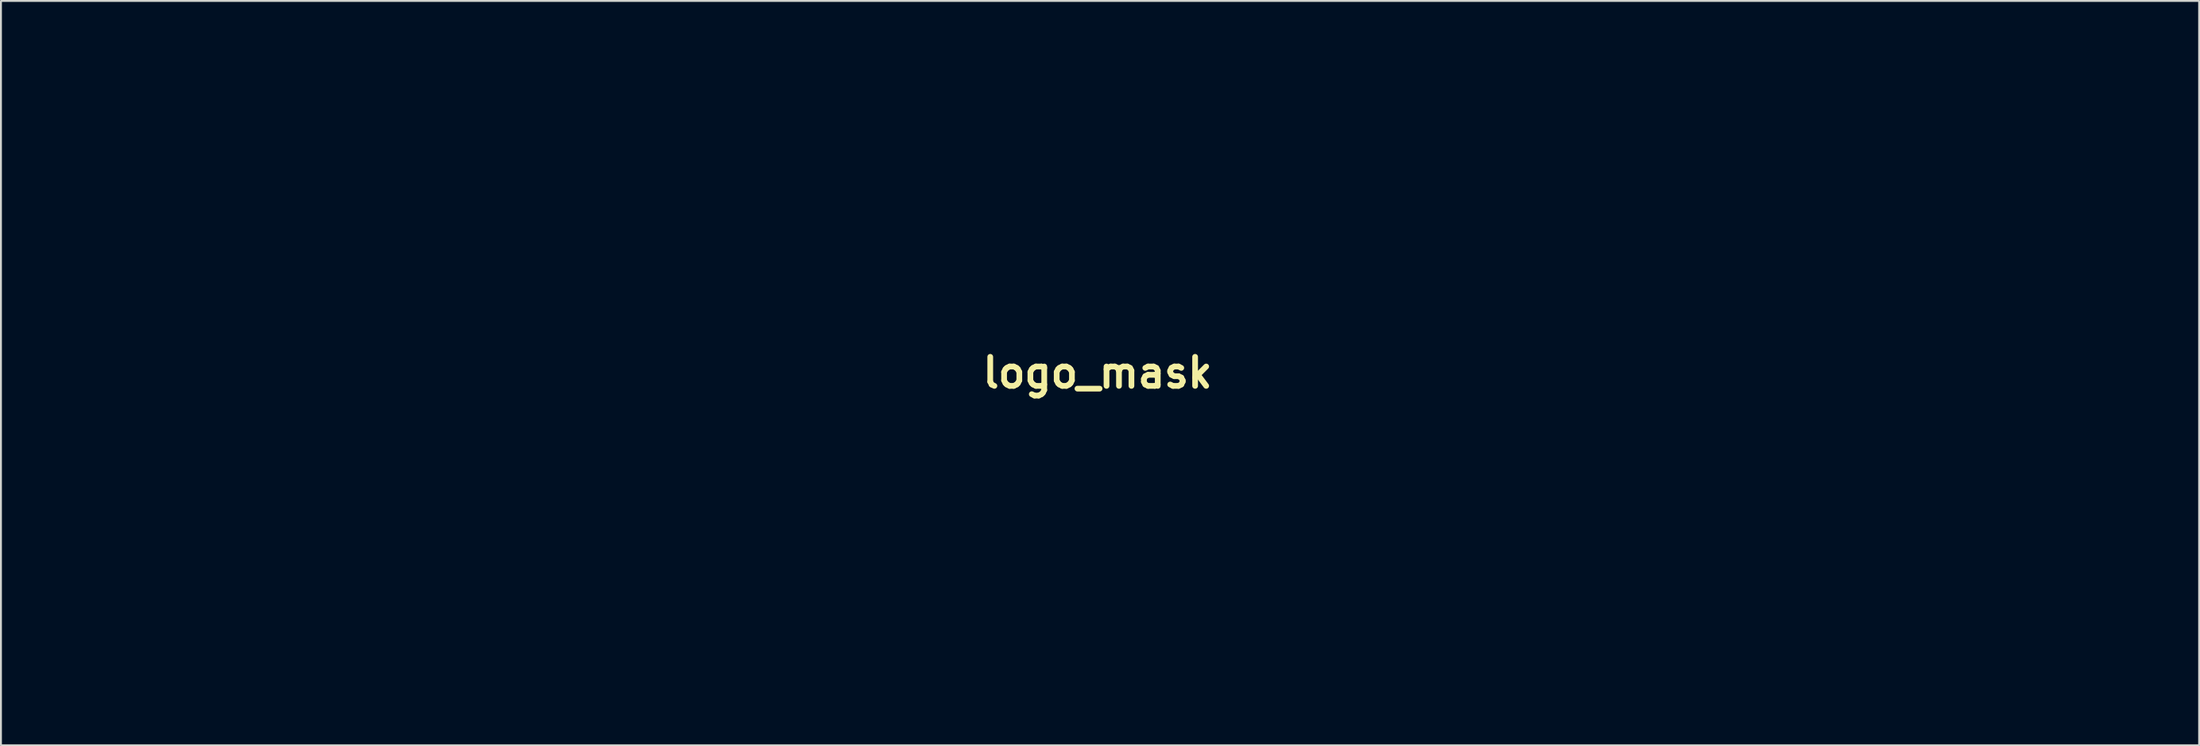
<source format=kicad_pcb>
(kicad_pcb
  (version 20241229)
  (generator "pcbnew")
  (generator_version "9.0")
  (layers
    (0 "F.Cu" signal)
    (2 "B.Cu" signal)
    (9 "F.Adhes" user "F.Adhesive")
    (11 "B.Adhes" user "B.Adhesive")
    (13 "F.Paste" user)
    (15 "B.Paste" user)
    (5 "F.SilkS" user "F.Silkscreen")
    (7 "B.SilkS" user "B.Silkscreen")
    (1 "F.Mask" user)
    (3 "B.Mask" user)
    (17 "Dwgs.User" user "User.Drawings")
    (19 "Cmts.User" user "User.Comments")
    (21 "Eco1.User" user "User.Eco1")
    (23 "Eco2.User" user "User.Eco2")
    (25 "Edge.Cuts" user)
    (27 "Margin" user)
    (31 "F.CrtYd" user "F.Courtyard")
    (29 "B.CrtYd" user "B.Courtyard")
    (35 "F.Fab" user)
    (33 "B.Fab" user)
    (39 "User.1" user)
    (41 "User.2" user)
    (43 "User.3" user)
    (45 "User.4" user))
  (footprint "logo_mask"
    (layer "F.Cu")
    (at 54.491 16.5)
    (property "Reference" "logo_mask" (at 0 0 0) (layer "F.SilkS") (effects (font (size 1.524 1.524) (thickness 0.3))))
    (attr board_only exclude_from_pos_files exclude_from_bom)
    (fp_poly (pts (xy 3.955 8.801) (xy 3.621 8.801) (xy 3.621 7.186) (xy 3.955 7.186)) (stroke (width 0) (type solid)) (fill yes) (layer "F.Mask"))
    (fp_poly (pts (xy 5.904 8.801) (xy 5.57 8.801) (xy 5.57 7.575) (xy 5.904 7.575)) (stroke (width 0) (type solid)) (fill yes) (layer "F.Mask"))
    (fp_poly (pts (xy 12.254 13.034) (xy 11.92 13.034) (xy 11.92 11.419) (xy 12.254 11.419)) (stroke (width 0) (type solid)) (fill yes) (layer "F.Mask"))
    (fp_poly (pts (xy 14.204 13.034) (xy 13.87 13.034) (xy 13.87 11.809) (xy 14.204 11.809)) (stroke (width 0) (type solid)) (fill yes) (layer "F.Mask"))
    (fp_poly (pts (xy 38.601 5.904) (xy 38.1 5.904) (xy 38.1 3.621) (xy 38.601 3.621)) (stroke (width 0) (type solid)) (fill yes) (layer "F.Mask"))
    (fp_poly (pts (xy -18.911 -10.221) (xy -19.12 -10.204) (xy -19.329 -10.187) (xy -19.329 -11.809) (xy -18.88 -11.809)) (stroke (width 0) (type solid)) (fill yes) (layer "F.Mask"))
    (fp_poly (pts (xy -1.058 13.034) (xy -1.452 13.034) (xy -1.42 11.837) (xy -1.239 11.819) (xy -1.058 11.802)) (stroke (width 0) (type solid)) (fill yes) (layer "F.Mask"))
    (fp_poly (pts (xy 41.066 4.188) (xy 41.303 4.205) (xy 41.318 5.055) (xy 41.334 5.904) (xy 40.829 5.904) (xy 40.829 4.171)) (stroke (width 0) (type solid)) (fill yes) (layer "F.Mask"))
    (fp_poly (pts (xy -1.147 11.359) (xy -1.066 11.474) (xy -1.092 11.582) (xy -1.166 11.64) (xy -1.277 11.664) (xy -1.363 11.607) (xy -1.431 11.494) (xy -1.389 11.393) (xy -1.324 11.343) (xy -1.214 11.321)) (stroke (width 0) (type solid)) (fill yes) (layer "F.Mask"))
    (fp_poly (pts (xy 14.153 11.367) (xy 14.193 11.452) (xy 14.167 11.584) (xy 14.064 11.655) (xy 13.964 11.655) (xy 13.889 11.6) (xy 13.88 11.484) (xy 13.917 11.371) (xy 14.013 11.336) (xy 14.037 11.335)) (stroke (width 0) (type solid)) (fill yes) (layer "F.Mask"))
    (fp_poly (pts (xy -4.957 7.603) (xy -4.869 7.665) (xy -4.857 7.789) (xy -4.914 7.912) (xy -5.024 7.96) (xy -5.146 7.919) (xy -5.167 7.901) (xy -5.226 7.784) (xy -5.198 7.675) (xy -5.105 7.603) (xy -4.967 7.6)) (stroke (width 0) (type solid)) (fill yes) (layer "F.Mask"))
    (fp_poly (pts (xy -4.957 11.837) (xy -4.869 11.899) (xy -4.857 12.022) (xy -4.914 12.145) (xy -5.024 12.194) (xy -5.146 12.153) (xy -5.167 12.134) (xy -5.226 12.017) (xy -5.198 11.908) (xy -5.105 11.836) (xy -4.967 11.834)) (stroke (width 0) (type solid)) (fill yes) (layer "F.Mask"))
    (fp_poly (pts (xy -4.927 8.48) (xy -4.86 8.577) (xy -4.857 8.651) (xy -4.914 8.747) (xy -5.021 8.794) (xy -5.133 8.784) (xy -5.201 8.716) (xy -5.231 8.623) (xy -5.211 8.564) (xy -5.149 8.499) (xy -5.036 8.447)) (stroke (width 0) (type solid)) (fill yes) (layer "F.Mask"))
    (fp_poly (pts (xy -4.927 12.713) (xy -4.86 12.81) (xy -4.857 12.885) (xy -4.914 12.98) (xy -5.021 13.027) (xy -5.133 13.017) (xy -5.201 12.949) (xy -5.231 12.857) (xy -5.211 12.797) (xy -5.149 12.732) (xy -5.036 12.68)) (stroke (width 0) (type solid)) (fill yes) (layer "F.Mask"))
    (fp_poly (pts (xy 4.58 12.707) (xy 4.663 12.799) (xy 4.679 12.867) (xy 4.633 12.985) (xy 4.523 13.047) (xy 4.393 13.031) (xy 4.385 13.027) (xy 4.301 12.934) (xy 4.298 12.825) (xy 4.358 12.731) (xy 4.461 12.683)) (stroke (width 0) (type solid)) (fill yes) (layer "F.Mask"))
    (fp_poly (pts (xy 5.847 7.128) (xy 5.891 7.228) (xy 5.893 7.248) (xy 5.872 7.381) (xy 5.786 7.434) (xy 5.661 7.392) (xy 5.653 7.387) (xy 5.579 7.283) (xy 5.592 7.177) (xy 5.682 7.11) (xy 5.738 7.102)) (stroke (width 0) (type solid)) (fill yes) (layer "F.Mask"))
    (fp_poly (pts (xy 9.166 8.48) (xy 9.232 8.577) (xy 9.236 8.651) (xy 9.179 8.747) (xy 9.072 8.794) (xy 8.96 8.784) (xy 8.892 8.716) (xy 8.862 8.623) (xy 8.882 8.564) (xy 8.944 8.499) (xy 9.057 8.447)) (stroke (width 0) (type solid)) (fill yes) (layer "F.Mask"))
    (fp_poly (pts (xy 41.233 3.551) (xy 41.315 3.656) (xy 41.315 3.791) (xy 41.229 3.918) (xy 41.113 3.997) (xy 41.005 3.99) (xy 40.927 3.95) (xy 40.839 3.848) (xy 40.831 3.719) (xy 40.89 3.598) (xy 41.006 3.52) (xy 41.08 3.509)) (stroke (width 0) (type solid)) (fill yes) (layer "F.Mask"))
    (fp_poly (pts (xy -17.836 -9.402) (xy -17.852 -9.055) (xy -19.093 -8.329) (xy -20.333 -7.603) (xy -19.079 -7.588) (xy -17.825 -7.573) (xy -17.825 -6.907) (xy -21.557 -6.907) (xy -21.555 -7.548) (xy -18.967 -9.052) (xy -20.265 -9.066) (xy -21.562 -9.081) (xy -21.545 -9.401) (xy -21.529 -9.72) (xy -19.674 -9.735) (xy -17.819 -9.749)) (stroke (width 0) (type solid)) (fill yes) (layer "F.Mask"))
    (fp_poly (pts (xy -3.043 7.099) (xy -3.008 7.146) (xy -3.022 7.216) (xy -3.059 7.372) (xy -3.114 7.591) (xy -3.18 7.851) (xy -3.253 8.131) (xy -3.327 8.408) (xy -3.395 8.659) (xy -3.452 8.864) (xy -3.487 8.982) (xy -3.546 9.045) (xy -3.647 9.078) (xy -3.743 9.074) (xy -3.788 9.027) (xy -3.788 9.024) (xy -3.774 8.955) (xy -3.735 8.796) (xy -3.676 8.568) (xy -3.603 8.289) (xy -3.537 8.046) (xy -3.455 7.742) (xy -3.384 7.478) (xy -3.329 7.27) (xy -3.295 7.138) (xy -3.286 7.098) (xy -3.239 7.08) (xy -3.147 7.074)) (stroke (width 0) (type solid)) (fill yes) (layer "F.Mask"))
    (fp_poly (pts (xy -3.043 11.332) (xy -3.008 11.379) (xy -3.022 11.449) (xy -3.059 11.605) (xy -3.114 11.824) (xy -3.18 12.084) (xy -3.253 12.364) (xy -3.327 12.641) (xy -3.395 12.893) (xy -3.452 13.098) (xy -3.487 13.215) (xy -3.546 13.279) (xy -3.647 13.312) (xy -3.743 13.308) (xy -3.788 13.26) (xy -3.788 13.258) (xy -3.774 13.188) (xy -3.735 13.03) (xy -3.676 12.802) (xy -3.603 12.522) (xy -3.537 12.279) (xy -3.455 11.976) (xy -3.384 11.711) (xy -3.329 11.504) (xy -3.295 11.371) (xy -3.286 11.332) (xy -3.239 11.313) (xy -3.147 11.307)) (stroke (width 0) (type solid)) (fill yes) (layer "F.Mask"))
    (fp_poly (pts (xy 17.88 11.331) (xy 17.866 11.399) (xy 17.827 11.552) (xy 17.77 11.77) (xy 17.7 12.029) (xy 17.623 12.309) (xy 17.545 12.588) (xy 17.473 12.845) (xy 17.412 13.057) (xy 17.368 13.204) (xy 17.347 13.264) (xy 17.271 13.304) (xy 17.159 13.31) (xy 17.09 13.284) (xy 17.095 13.223) (xy 17.125 13.073) (xy 17.177 12.851) (xy 17.247 12.575) (xy 17.321 12.295) (xy 17.414 11.952) (xy 17.485 11.702) (xy 17.54 11.53) (xy 17.586 11.42) (xy 17.628 11.358) (xy 17.673 11.329) (xy 17.728 11.318) (xy 17.73 11.318) (xy 17.84 11.315)) (stroke (width 0) (type solid)) (fill yes) (layer "F.Mask"))
    (fp_poly (pts (xy -17.825 -14.538) (xy -19.301 -14.538) (xy -19.693 -14.537) (xy -20.046 -14.534) (xy -20.346 -14.53) (xy -20.577 -14.525) (xy -20.725 -14.518) (xy -20.777 -14.511) (xy -20.749 -14.455) (xy -20.674 -14.329) (xy -20.567 -14.157) (xy -20.526 -14.093) (xy -20.411 -13.91) (xy -20.324 -13.766) (xy -20.279 -13.684) (xy -20.275 -13.674) (xy -20.326 -13.66) (xy -20.458 -13.651) (xy -20.624 -13.648) (xy -20.972 -13.649) (xy -21.264 -14.115) (xy -21.4 -14.336) (xy -21.485 -14.496) (xy -21.532 -14.629) (xy -21.552 -14.766) (xy -21.557 -14.94) (xy -21.557 -14.95) (xy -21.557 -15.318) (xy -17.825 -15.318)) (stroke (width 0) (type solid)) (fill yes) (layer "F.Mask"))
    (fp_poly (pts (xy 10.361 11.328) (xy 10.346 11.395) (xy 10.308 11.547) (xy 10.25 11.763) (xy 10.18 12.022) (xy 10.103 12.302) (xy 10.026 12.582) (xy 9.953 12.839) (xy 9.892 13.053) (xy 9.847 13.203) (xy 9.826 13.266) (xy 9.751 13.305) (xy 9.643 13.308) (xy 9.567 13.275) (xy 9.565 13.271) (xy 9.571 13.206) (xy 9.603 13.052) (xy 9.657 12.827) (xy 9.728 12.549) (xy 9.799 12.282) (xy 9.892 11.942) (xy 9.963 11.695) (xy 10.018 11.525) (xy 10.064 11.417) (xy 10.106 11.357) (xy 10.152 11.329) (xy 10.207 11.318) (xy 10.209 11.318) (xy 10.319 11.314)) (stroke (width 0) (type solid)) (fill yes) (layer "F.Mask"))
    (fp_poly (pts (xy -3.875 7.086) (xy -3.869 7.132) (xy -3.882 7.223) (xy -3.917 7.371) (xy -3.974 7.589) (xy -4.057 7.892) (xy -4.145 8.216) (xy -4.234 8.537) (xy -4.303 8.766) (xy -4.358 8.918) (xy -4.404 9.009) (xy -4.45 9.054) (xy -4.493 9.069) (xy -4.599 9.064) (xy -4.639 9.041) (xy -4.633 8.975) (xy -4.602 8.82) (xy -4.549 8.594) (xy -4.478 8.316) (xy -4.407 8.049) (xy -4.314 7.709) (xy -4.243 7.462) (xy -4.188 7.292) (xy -4.142 7.184) (xy -4.1 7.124) (xy -4.054 7.096) (xy -3.998 7.085) (xy -3.994 7.084) (xy -3.94 7.075) (xy -3.899 7.072)) (stroke (width 0) (type solid)) (fill yes) (layer "F.Mask"))
    (fp_poly (pts (xy -3.875 11.32) (xy -3.869 11.365) (xy -3.882 11.456) (xy -3.917 11.604) (xy -3.974 11.823) (xy -4.057 12.125) (xy -4.145 12.449) (xy -4.234 12.771) (xy -4.303 13) (xy -4.358 13.152) (xy -4.404 13.243) (xy -4.45 13.288) (xy -4.493 13.302) (xy -4.599 13.298) (xy -4.639 13.274) (xy -4.633 13.208) (xy -4.602 13.053) (xy -4.549 12.828) (xy -4.478 12.549) (xy -4.407 12.282) (xy -4.314 11.942) (xy -4.243 11.695) (xy -4.188 11.525) (xy -4.142 11.417) (xy -4.1 11.357) (xy -4.054 11.329) (xy -3.998 11.318) (xy -3.994 11.317) (xy -3.94 11.309) (xy -3.899 11.305)) (stroke (width 0) (type solid)) (fill yes) (layer "F.Mask"))
    (fp_poly (pts (xy 1.838 12.256) (xy 1.842 12.489) (xy 1.858 12.632) (xy 1.889 12.709) (xy 1.929 12.738) (xy 2.05 12.755) (xy 2.135 12.69) (xy 2.188 12.535) (xy 2.214 12.281) (xy 2.216 12.235) (xy 2.233 11.809) (xy 2.618 11.809) (xy 2.618 13.034) (xy 2.451 13.034) (xy 2.323 13.013) (xy 2.284 12.942) (xy 2.284 12.942) (xy 2.276 12.881) (xy 2.233 12.898) (xy 2.182 12.942) (xy 2.024 13.02) (xy 1.832 13.029) (xy 1.654 12.974) (xy 1.582 12.917) (xy 1.527 12.831) (xy 1.49 12.704) (xy 1.468 12.509) (xy 1.457 12.304) (xy 1.437 11.809) (xy 1.838 11.809)) (stroke (width 0) (type solid)) (fill yes) (layer "F.Mask"))
    (fp_poly (pts (xy -10.763 7.191) (xy -10.714 7.228) (xy -10.697 7.325) (xy -10.695 7.467) (xy -10.692 7.632) (xy -10.677 7.704) (xy -10.637 7.705) (xy -10.571 7.662) (xy -10.375 7.581) (xy -10.175 7.59) (xy -10.006 7.687) (xy -9.975 7.722) (xy -9.915 7.817) (xy -9.88 7.935) (xy -9.863 8.107) (xy -9.859 8.335) (xy -9.859 8.801) (xy -10.249 8.801) (xy -10.249 8.359) (xy -10.252 8.136) (xy -10.264 7.999) (xy -10.292 7.925) (xy -10.342 7.889) (xy -10.363 7.881) (xy -10.489 7.869) (xy -10.573 7.934) (xy -10.621 8.085) (xy -10.639 8.334) (xy -10.639 8.39) (xy -10.639 8.801) (xy -11.029 8.801) (xy -11.029 7.186) (xy -10.862 7.186)) (stroke (width 0) (type solid)) (fill yes) (layer "F.Mask"))
    (fp_poly (pts (xy -10.763 11.425) (xy -10.714 11.462) (xy -10.697 11.558) (xy -10.695 11.701) (xy -10.692 11.865) (xy -10.677 11.938) (xy -10.637 11.938) (xy -10.571 11.895) (xy -10.375 11.814) (xy -10.175 11.824) (xy -10.006 11.92) (xy -9.975 11.956) (xy -9.915 12.051) (xy -9.88 12.169) (xy -9.863 12.34) (xy -9.859 12.568) (xy -9.859 13.034) (xy -10.249 13.034) (xy -10.249 12.592) (xy -10.252 12.369) (xy -10.264 12.233) (xy -10.292 12.158) (xy -10.342 12.122) (xy -10.363 12.114) (xy -10.489 12.102) (xy -10.573 12.167) (xy -10.621 12.319) (xy -10.639 12.567) (xy -10.639 12.623) (xy -10.639 13.034) (xy -11.029 13.034) (xy -11.029 11.419) (xy -10.862 11.419)) (stroke (width 0) (type solid)) (fill yes) (layer "F.Mask"))
    (fp_poly (pts (xy 7.729 7.191) (xy 7.778 7.227) (xy 7.796 7.322) (xy 7.798 7.473) (xy 7.801 7.638) (xy 7.815 7.71) (xy 7.851 7.709) (xy 7.9 7.668) (xy 8.058 7.59) (xy 8.25 7.58) (xy 8.428 7.636) (xy 8.5 7.693) (xy 8.555 7.779) (xy 8.592 7.906) (xy 8.614 8.1) (xy 8.625 8.305) (xy 8.645 8.801) (xy 8.244 8.801) (xy 8.244 8.359) (xy 8.241 8.134) (xy 8.227 7.996) (xy 8.198 7.922) (xy 8.149 7.887) (xy 8.14 7.884) (xy 8.011 7.861) (xy 7.926 7.898) (xy 7.877 8.009) (xy 7.856 8.209) (xy 7.854 8.361) (xy 7.854 8.801) (xy 7.464 8.801) (xy 7.464 7.186) (xy 7.631 7.186)) (stroke (width 0) (type solid)) (fill yes) (layer "F.Mask"))
    (fp_poly (pts (xy 16.029 11.425) (xy 16.078 11.461) (xy 16.096 11.556) (xy 16.098 11.706) (xy 16.1 11.871) (xy 16.115 11.943) (xy 16.15 11.942) (xy 16.2 11.901) (xy 16.357 11.823) (xy 16.55 11.814) (xy 16.727 11.869) (xy 16.799 11.926) (xy 16.855 12.012) (xy 16.891 12.139) (xy 16.914 12.334) (xy 16.925 12.539) (xy 16.944 13.034) (xy 16.543 13.034) (xy 16.543 12.592) (xy 16.54 12.367) (xy 16.527 12.229) (xy 16.498 12.155) (xy 16.448 12.121) (xy 16.44 12.118) (xy 16.31 12.094) (xy 16.225 12.131) (xy 16.177 12.242) (xy 16.156 12.442) (xy 16.154 12.595) (xy 16.154 13.034) (xy 15.764 13.034) (xy 15.764 11.419) (xy 15.931 11.419)) (stroke (width 0) (type solid)) (fill yes) (layer "F.Mask"))
    (fp_poly (pts (xy 43.74 3.631) (xy 43.977 3.648) (xy 44.01 4.404) (xy 44.154 4.291) (xy 44.348 4.201) (xy 44.575 4.183) (xy 44.785 4.24) (xy 44.833 4.268) (xy 44.954 4.385) (xy 45.038 4.55) (xy 45.09 4.781) (xy 45.115 5.093) (xy 45.118 5.318) (xy 45.118 5.904) (xy 44.617 5.904) (xy 44.617 5.347) (xy 44.614 5.085) (xy 44.603 4.908) (xy 44.58 4.794) (xy 44.54 4.718) (xy 44.506 4.679) (xy 44.377 4.584) (xy 44.252 4.585) (xy 44.128 4.654) (xy 44.072 4.702) (xy 44.037 4.765) (xy 44.016 4.868) (xy 44.007 5.033) (xy 44.004 5.284) (xy 44.004 5.323) (xy 44.004 5.904) (xy 43.503 5.904) (xy 43.503 3.614)) (stroke (width 0) (type solid)) (fill yes) (layer "F.Mask"))
    (fp_poly (pts (xy 0.37 11.424) (xy 0.427 11.46) (xy 0.444 11.557) (xy 0.446 11.671) (xy 0.45 11.823) (xy 0.471 11.886) (xy 0.521 11.883) (xy 0.553 11.866) (xy 0.76 11.807) (xy 0.959 11.841) (xy 1.11 11.956) (xy 1.17 12.051) (xy 1.205 12.169) (xy 1.222 12.34) (xy 1.225 12.568) (xy 1.225 13.034) (xy 1.058 13.034) (xy 0.965 13.03) (xy 0.916 12.999) (xy 0.895 12.915) (xy 0.891 12.752) (xy 0.891 12.704) (xy 0.873 12.404) (xy 0.82 12.201) (xy 0.733 12.099) (xy 0.681 12.087) (xy 0.568 12.112) (xy 0.496 12.196) (xy 0.458 12.357) (xy 0.446 12.61) (xy 0.446 12.628) (xy 0.446 13.034) (xy 0.056 13.034) (xy 0.056 11.419) (xy 0.251 11.419)) (stroke (width 0) (type solid)) (fill yes) (layer "F.Mask"))
    (fp_poly (pts (xy 6.944 7.615) (xy 7.13 7.719) (xy 7.244 7.871) (xy 7.257 7.908) (xy 7.261 7.986) (xy 7.199 8.017) (xy 7.103 8.021) (xy 6.955 7.996) (xy 6.887 7.938) (xy 6.812 7.873) (xy 6.721 7.854) (xy 6.593 7.899) (xy 6.513 8.014) (xy 6.481 8.165) (xy 6.498 8.32) (xy 6.566 8.446) (xy 6.686 8.51) (xy 6.693 8.511) (xy 6.828 8.492) (xy 6.905 8.442) (xy 7.011 8.377) (xy 7.131 8.355) (xy 7.241 8.37) (xy 7.265 8.427) (xy 7.259 8.462) (xy 7.16 8.635) (xy 6.985 8.762) (xy 6.763 8.828) (xy 6.533 8.819) (xy 6.368 8.734) (xy 6.231 8.572) (xy 6.144 8.37) (xy 6.127 8.236) (xy 6.169 7.955) (xy 6.289 7.747) (xy 6.482 7.618) (xy 6.718 7.577)) (stroke (width 0) (type solid)) (fill yes) (layer "F.Mask"))
    (fp_poly (pts (xy 5.736 11.848) (xy 5.869 11.924) (xy 5.987 12.05) (xy 6.016 12.16) (xy 5.959 12.234) (xy 5.855 12.254) (xy 5.72 12.226) (xy 5.66 12.167) (xy 5.579 12.101) (xy 5.474 12.097) (xy 5.335 12.162) (xy 5.255 12.3) (xy 5.245 12.483) (xy 5.268 12.575) (xy 5.346 12.686) (xy 5.462 12.747) (xy 5.578 12.75) (xy 5.657 12.683) (xy 5.66 12.676) (xy 5.731 12.607) (xy 5.844 12.585) (xy 5.954 12.607) (xy 6.014 12.672) (xy 6.016 12.69) (xy 5.965 12.831) (xy 5.832 12.95) (xy 5.645 13.032) (xy 5.433 13.063) (xy 5.307 13.051) (xy 5.133 12.964) (xy 4.997 12.794) (xy 4.917 12.568) (xy 4.902 12.413) (xy 4.914 12.224) (xy 4.963 12.093) (xy 5.065 11.972) (xy 5.265 11.844) (xy 5.501 11.802)) (stroke (width 0) (type solid)) (fill yes) (layer "F.Mask"))
    (fp_poly (pts (xy 7.104 11.875) (xy 7.273 12.007) (xy 7.373 12.197) (xy 7.404 12.417) (xy 7.368 12.64) (xy 7.265 12.838) (xy 7.098 12.985) (xy 7.044 13.011) (xy 6.912 13.063) (xy 6.818 13.08) (xy 6.711 13.062) (xy 6.587 13.028) (xy 6.396 12.92) (xy 6.264 12.739) (xy 6.2 12.513) (xy 6.206 12.406) (xy 6.584 12.406) (xy 6.6 12.594) (xy 6.667 12.738) (xy 6.769 12.809) (xy 6.796 12.811) (xy 6.869 12.776) (xy 6.934 12.721) (xy 6.995 12.597) (xy 7.01 12.426) (xy 6.981 12.257) (xy 6.912 12.136) (xy 6.893 12.121) (xy 6.765 12.089) (xy 6.662 12.156) (xy 6.597 12.31) (xy 6.584 12.406) (xy 6.206 12.406) (xy 6.214 12.27) (xy 6.263 12.13) (xy 6.409 11.941) (xy 6.616 11.831) (xy 6.859 11.809)) (stroke (width 0) (type solid)) (fill yes) (layer "F.Mask"))
    (fp_poly (pts (xy 25.905 4.225) (xy 26.034 4.326) (xy 26.152 4.482) (xy 26.176 4.6) (xy 26.121 4.666) (xy 26.001 4.667) (xy 25.832 4.588) (xy 25.789 4.558) (xy 25.661 4.48) (xy 25.559 4.474) (xy 25.49 4.499) (xy 25.352 4.612) (xy 25.31 4.766) (xy 25.369 4.932) (xy 25.491 5.039) (xy 25.638 5.066) (xy 25.77 5.006) (xy 25.79 4.985) (xy 25.878 4.931) (xy 26.001 4.905) (xy 26.115 4.91) (xy 26.177 4.948) (xy 26.18 4.961) (xy 26.129 5.115) (xy 25.997 5.255) (xy 25.813 5.358) (xy 25.607 5.401) (xy 25.584 5.402) (xy 25.421 5.37) (xy 25.275 5.305) (xy 25.105 5.144) (xy 25 4.929) (xy 24.978 4.703) (xy 24.985 4.662) (xy 25.083 4.427) (xy 25.248 4.257) (xy 25.456 4.162) (xy 25.683 4.149)) (stroke (width 0) (type solid)) (fill yes) (layer "F.Mask"))
    (fp_poly (pts (xy 0.884 7.307) (xy 0.938 7.354) (xy 0.947 7.436) (xy 0.973 7.545) (xy 1.058 7.575) (xy 1.146 7.608) (xy 1.17 7.715) (xy 1.144 7.824) (xy 1.058 7.854) (xy 0.996 7.866) (xy 0.962 7.921) (xy 0.949 8.043) (xy 0.947 8.182) (xy 0.952 8.37) (xy 0.974 8.475) (xy 1.021 8.525) (xy 1.058 8.539) (xy 1.153 8.613) (xy 1.17 8.684) (xy 1.125 8.769) (xy 1.013 8.808) (xy 0.871 8.803) (xy 0.733 8.755) (xy 0.644 8.677) (xy 0.584 8.517) (xy 0.558 8.266) (xy 0.557 8.204) (xy 0.551 8.005) (xy 0.53 7.895) (xy 0.489 7.856) (xy 0.473 7.854) (xy 0.406 7.806) (xy 0.39 7.715) (xy 0.419 7.603) (xy 0.473 7.575) (xy 0.541 7.527) (xy 0.557 7.436) (xy 0.572 7.342) (xy 0.637 7.303) (xy 0.752 7.297)) (stroke (width 0) (type solid)) (fill yes) (layer "F.Mask"))
    (fp_poly (pts (xy 11.579 7.591) (xy 11.714 7.652) (xy 11.813 7.738) (xy 11.916 7.861) (xy 11.964 7.991) (xy 11.976 8.179) (xy 11.976 8.183) (xy 11.963 8.379) (xy 11.911 8.517) (xy 11.823 8.629) (xy 11.611 8.778) (xy 11.357 8.832) (xy 11.212 8.818) (xy 11.038 8.731) (xy 10.902 8.561) (xy 10.821 8.335) (xy 10.806 8.18) (xy 10.809 8.138) (xy 11.143 8.138) (xy 11.157 8.302) (xy 11.238 8.452) (xy 11.253 8.468) (xy 11.382 8.538) (xy 11.504 8.508) (xy 11.598 8.387) (xy 11.621 8.318) (xy 11.632 8.128) (xy 11.575 7.969) (xy 11.465 7.874) (xy 11.421 7.863) (xy 11.283 7.888) (xy 11.188 7.99) (xy 11.143 8.138) (xy 10.809 8.138) (xy 10.818 7.991) (xy 10.867 7.86) (xy 10.969 7.738) (xy 11.102 7.63) (xy 11.246 7.583) (xy 11.391 7.575)) (stroke (width 0) (type solid)) (fill yes) (layer "F.Mask"))
    (fp_poly (pts (xy 30.413 5.904) (xy 29.915 5.904) (xy 29.9 5.222) (xy 29.884 4.54) (xy 29.608 5.225) (xy 29.495 5.502) (xy 29.413 5.691) (xy 29.351 5.809) (xy 29.299 5.872) (xy 29.246 5.895) (xy 29.181 5.895) (xy 29.165 5.893) (xy 29.096 5.881) (xy 29.039 5.849) (xy 28.984 5.78) (xy 28.919 5.659) (xy 28.835 5.469) (xy 28.722 5.194) (xy 28.706 5.152) (xy 28.413 4.428) (xy 28.408 5.904) (xy 27.904 5.904) (xy 27.919 4.776) (xy 27.934 3.648) (xy 28.241 3.633) (xy 28.547 3.618) (xy 28.849 4.373) (xy 28.957 4.636) (xy 29.054 4.853) (xy 29.13 5.007) (xy 29.179 5.082) (xy 29.19 5.085) (xy 29.224 5.019) (xy 29.291 4.871) (xy 29.381 4.66) (xy 29.485 4.407) (xy 29.511 4.345) (xy 29.791 3.648) (xy 30.102 3.632) (xy 30.413 3.615)) (stroke (width 0) (type solid)) (fill yes) (layer "F.Mask"))
    (fp_poly (pts (xy -9.238 7.312) (xy -9.195 7.376) (xy -9.191 7.436) (xy -9.165 7.545) (xy -9.079 7.575) (xy -8.992 7.608) (xy -8.968 7.715) (xy -8.994 7.824) (xy -9.079 7.854) (xy -9.142 7.866) (xy -9.175 7.92) (xy -9.189 8.04) (xy -9.191 8.188) (xy -9.187 8.375) (xy -9.169 8.476) (xy -9.129 8.516) (xy -9.079 8.522) (xy -8.992 8.555) (xy -8.968 8.662) (xy -8.981 8.753) (xy -9.041 8.792) (xy -9.18 8.801) (xy -9.336 8.784) (xy -9.447 8.743) (xy -9.458 8.734) (xy -9.495 8.641) (xy -9.518 8.463) (xy -9.525 8.261) (xy -9.53 8.044) (xy -9.546 7.917) (xy -9.579 7.862) (xy -9.609 7.854) (xy -9.676 7.806) (xy -9.692 7.715) (xy -9.663 7.603) (xy -9.609 7.575) (xy -9.541 7.527) (xy -9.525 7.436) (xy -9.507 7.337) (xy -9.431 7.3) (xy -9.358 7.297)) (stroke (width 0) (type solid)) (fill yes) (layer "F.Mask"))
    (fp_poly (pts (xy -9.238 11.545) (xy -9.195 11.609) (xy -9.191 11.67) (xy -9.165 11.779) (xy -9.079 11.809) (xy -8.992 11.841) (xy -8.968 11.948) (xy -8.994 12.057) (xy -9.079 12.087) (xy -9.142 12.099) (xy -9.175 12.153) (xy -9.189 12.273) (xy -9.191 12.421) (xy -9.187 12.608) (xy -9.169 12.709) (xy -9.129 12.75) (xy -9.079 12.756) (xy -8.992 12.788) (xy -8.968 12.895) (xy -8.981 12.986) (xy -9.041 13.026) (xy -9.18 13.034) (xy -9.336 13.018) (xy -9.447 12.977) (xy -9.458 12.967) (xy -9.495 12.875) (xy -9.518 12.697) (xy -9.525 12.494) (xy -9.53 12.277) (xy -9.546 12.151) (xy -9.579 12.095) (xy -9.609 12.087) (xy -9.676 12.039) (xy -9.692 11.948) (xy -9.663 11.836) (xy -9.609 11.809) (xy -9.541 11.76) (xy -9.525 11.67) (xy -9.507 11.57) (xy -9.431 11.534) (xy -9.358 11.53)) (stroke (width 0) (type solid)) (fill yes) (layer "F.Mask"))
    (fp_poly (pts (xy -8.363 7.307) (xy -8.309 7.354) (xy -8.3 7.436) (xy -8.273 7.545) (xy -8.188 7.575) (xy -8.101 7.608) (xy -8.077 7.715) (xy -8.103 7.824) (xy -8.188 7.854) (xy -8.25 7.866) (xy -8.284 7.92) (xy -8.298 8.04) (xy -8.3 8.188) (xy -8.292 8.387) (xy -8.267 8.492) (xy -8.222 8.522) (xy -8.138 8.571) (xy -8.084 8.686) (xy -8.077 8.75) (xy -8.126 8.782) (xy -8.249 8.8) (xy -8.296 8.801) (xy -8.472 8.779) (xy -8.583 8.703) (xy -8.603 8.677) (xy -8.663 8.517) (xy -8.689 8.266) (xy -8.689 8.204) (xy -8.695 8.005) (xy -8.717 7.895) (xy -8.758 7.856) (xy -8.773 7.854) (xy -8.84 7.806) (xy -8.857 7.715) (xy -8.828 7.603) (xy -8.773 7.575) (xy -8.706 7.527) (xy -8.689 7.436) (xy -8.675 7.342) (xy -8.609 7.303) (xy -8.495 7.297)) (stroke (width 0) (type solid)) (fill yes) (layer "F.Mask"))
    (fp_poly (pts (xy -8.363 11.541) (xy -8.309 11.587) (xy -8.3 11.67) (xy -8.273 11.779) (xy -8.188 11.809) (xy -8.101 11.841) (xy -8.077 11.948) (xy -8.103 12.057) (xy -8.188 12.087) (xy -8.25 12.099) (xy -8.284 12.153) (xy -8.298 12.273) (xy -8.3 12.421) (xy -8.292 12.62) (xy -8.267 12.725) (xy -8.222 12.756) (xy -8.138 12.804) (xy -8.084 12.919) (xy -8.077 12.983) (xy -8.126 13.015) (xy -8.249 13.033) (xy -8.296 13.034) (xy -8.472 13.012) (xy -8.583 12.936) (xy -8.603 12.91) (xy -8.663 12.751) (xy -8.689 12.499) (xy -8.689 12.437) (xy -8.695 12.238) (xy -8.717 12.129) (xy -8.758 12.089) (xy -8.773 12.087) (xy -8.84 12.039) (xy -8.857 11.948) (xy -8.828 11.836) (xy -8.773 11.809) (xy -8.706 11.76) (xy -8.689 11.67) (xy -8.675 11.575) (xy -8.609 11.537) (xy -8.495 11.53)) (stroke (width 0) (type solid)) (fill yes) (layer "F.Mask"))
    (fp_poly (pts (xy 15.234 11.844) (xy 15.416 11.939) (xy 15.537 12.086) (xy 15.557 12.142) (xy 15.561 12.219) (xy 15.499 12.25) (xy 15.402 12.254) (xy 15.254 12.229) (xy 15.186 12.171) (xy 15.112 12.107) (xy 15.012 12.087) (xy 14.884 12.132) (xy 14.805 12.246) (xy 14.775 12.396) (xy 14.795 12.55) (xy 14.865 12.676) (xy 14.986 12.743) (xy 15 12.746) (xy 15.137 12.729) (xy 15.185 12.676) (xy 15.267 12.608) (xy 15.402 12.589) (xy 15.526 12.599) (xy 15.565 12.642) (xy 15.558 12.695) (xy 15.461 12.863) (xy 15.287 12.989) (xy 15.067 13.056) (xy 14.832 13.051) (xy 14.718 12.994) (xy 14.589 12.883) (xy 14.562 12.852) (xy 14.475 12.733) (xy 14.437 12.617) (xy 14.434 12.457) (xy 14.44 12.373) (xy 14.469 12.171) (xy 14.525 12.038) (xy 14.616 11.939) (xy 14.803 11.838) (xy 15.019 11.808)) (stroke (width 0) (type solid)) (fill yes) (layer "F.Mask"))
    (fp_poly (pts (xy -0.438 11.545) (xy -0.394 11.609) (xy -0.39 11.67) (xy -0.364 11.779) (xy -0.279 11.809) (xy -0.191 11.841) (xy -0.167 11.948) (xy -0.193 12.057) (xy -0.279 12.087) (xy -0.341 12.099) (xy -0.374 12.153) (xy -0.388 12.273) (xy -0.39 12.421) (xy -0.385 12.609) (xy -0.367 12.71) (xy -0.326 12.75) (xy -0.285 12.756) (xy -0.189 12.805) (xy -0.153 12.895) (xy -0.146 12.986) (xy -0.191 13.025) (xy -0.315 13.034) (xy -0.338 13.034) (xy -0.503 13.012) (xy -0.627 12.955) (xy -0.637 12.947) (xy -0.69 12.848) (xy -0.718 12.676) (xy -0.724 12.473) (xy -0.729 12.263) (xy -0.747 12.143) (xy -0.782 12.092) (xy -0.808 12.087) (xy -0.875 12.039) (xy -0.891 11.948) (xy -0.862 11.836) (xy -0.808 11.809) (xy -0.74 11.76) (xy -0.724 11.67) (xy -0.706 11.57) (xy -0.63 11.534) (xy -0.557 11.53)) (stroke (width 0) (type solid)) (fill yes) (layer "F.Mask"))
    (fp_poly (pts (xy 1.735 7.312) (xy 1.778 7.376) (xy 1.782 7.436) (xy 1.809 7.545) (xy 1.894 7.575) (xy 1.981 7.608) (xy 2.005 7.715) (xy 1.979 7.824) (xy 1.894 7.854) (xy 1.832 7.866) (xy 1.798 7.92) (xy 1.785 8.04) (xy 1.782 8.188) (xy 1.787 8.376) (xy 1.805 8.477) (xy 1.846 8.517) (xy 1.887 8.522) (xy 1.983 8.572) (xy 2.019 8.662) (xy 2.026 8.752) (xy 1.981 8.792) (xy 1.857 8.801) (xy 1.834 8.801) (xy 1.669 8.778) (xy 1.545 8.722) (xy 1.536 8.713) (xy 1.482 8.615) (xy 1.455 8.442) (xy 1.448 8.24) (xy 1.443 8.029) (xy 1.425 7.909) (xy 1.39 7.859) (xy 1.365 7.854) (xy 1.297 7.806) (xy 1.281 7.715) (xy 1.31 7.603) (xy 1.365 7.575) (xy 1.432 7.527) (xy 1.448 7.436) (xy 1.466 7.337) (xy 1.543 7.3) (xy 1.615 7.297)) (stroke (width 0) (type solid)) (fill yes) (layer "F.Mask"))
    (fp_poly (pts (xy 10.38 7.637) (xy 10.493 7.726) (xy 10.591 7.859) (xy 10.639 7.985) (xy 10.639 7.996) (xy 10.594 8.024) (xy 10.487 8.021) (xy 10.364 7.996) (xy 10.267 7.954) (xy 10.249 7.938) (xy 10.129 7.853) (xy 10.01 7.864) (xy 9.915 7.958) (xy 9.863 8.121) (xy 9.859 8.188) (xy 9.877 8.341) (xy 9.92 8.448) (xy 9.926 8.456) (xy 10.038 8.513) (xy 10.166 8.513) (xy 10.258 8.459) (xy 10.269 8.439) (xy 10.334 8.385) (xy 10.446 8.358) (xy 10.561 8.36) (xy 10.633 8.394) (xy 10.639 8.415) (xy 10.588 8.568) (xy 10.455 8.708) (xy 10.33 8.778) (xy 10.194 8.831) (xy 10.098 8.848) (xy 9.99 8.827) (xy 9.859 8.784) (xy 9.666 8.663) (xy 9.537 8.467) (xy 9.485 8.222) (xy 9.491 8.105) (xy 9.569 7.871) (xy 9.725 7.697) (xy 9.935 7.596) (xy 10.176 7.579)) (stroke (width 0) (type solid)) (fill yes) (layer "F.Mask"))
    (fp_poly (pts (xy 20.242 11.849) (xy 20.295 11.871) (xy 20.408 11.959) (xy 20.506 12.092) (xy 20.553 12.219) (xy 20.554 12.229) (xy 20.509 12.257) (xy 20.402 12.255) (xy 20.279 12.229) (xy 20.182 12.187) (xy 20.164 12.171) (xy 20.039 12.095) (xy 19.9 12.112) (xy 19.841 12.154) (xy 19.794 12.26) (xy 19.775 12.424) (xy 19.788 12.594) (xy 19.808 12.668) (xy 19.884 12.734) (xy 20.007 12.754) (xy 20.126 12.729) (xy 20.184 12.672) (xy 20.244 12.627) (xy 20.354 12.594) (xy 20.47 12.582) (xy 20.545 12.596) (xy 20.554 12.613) (xy 20.507 12.771) (xy 20.386 12.92) (xy 20.25 13.009) (xy 20.115 13.062) (xy 20.021 13.08) (xy 19.914 13.063) (xy 19.786 13.027) (xy 19.607 12.923) (xy 19.466 12.747) (xy 19.391 12.534) (xy 19.384 12.458) (xy 19.432 12.197) (xy 19.562 11.992) (xy 19.753 11.857) (xy 19.987 11.805)) (stroke (width 0) (type solid)) (fill yes) (layer "F.Mask"))
    (fp_poly (pts (xy -20.351 -11.885) (xy -20.059 -11.779) (xy -19.836 -11.596) (xy -19.694 -11.343) (xy -19.639 -11.029) (xy -19.639 -11.001) (xy -19.684 -10.699) (xy -19.813 -10.446) (xy -20.012 -10.262) (xy -20.076 -10.227) (xy -20.29 -10.163) (xy -20.556 -10.136) (xy -20.831 -10.146) (xy -21.074 -10.191) (xy -21.206 -10.247) (xy -21.408 -10.432) (xy -21.545 -10.684) (xy -21.6 -10.966) (xy -21.101 -10.966) (xy -21.036 -10.797) (xy -20.892 -10.685) (xy -20.69 -10.639) (xy -20.451 -10.666) (xy -20.35 -10.698) (xy -20.193 -10.784) (xy -20.122 -10.907) (xy -20.109 -11.04) (xy -20.157 -11.201) (xy -20.299 -11.308) (xy -20.532 -11.359) (xy -20.641 -11.363) (xy -20.883 -11.335) (xy -21.034 -11.247) (xy -21.1 -11.094) (xy -21.101 -10.966) (xy -21.6 -10.966) (xy -21.602 -10.974) (xy -21.598 -11.099) (xy -21.522 -11.41) (xy -21.361 -11.649) (xy -21.12 -11.814) (xy -20.803 -11.898) (xy -20.707 -11.907)) (stroke (width 0) (type solid)) (fill yes) (layer "F.Mask"))
    (fp_poly (pts (xy 47.066 3.631) (xy 47.335 3.675) (xy 47.525 3.771) (xy 47.661 3.937) (xy 47.718 4.054) (xy 47.768 4.247) (xy 47.748 4.438) (xy 47.651 4.643) (xy 47.47 4.877) (xy 47.25 5.104) (xy 46.827 5.514) (xy 47.792 5.514) (xy 47.792 5.904) (xy 46.177 5.904) (xy 46.177 5.729) (xy 46.188 5.647) (xy 46.228 5.558) (xy 46.311 5.448) (xy 46.448 5.3) (xy 46.651 5.099) (xy 46.735 5.019) (xy 46.99 4.765) (xy 47.166 4.568) (xy 47.267 4.415) (xy 47.301 4.292) (xy 47.273 4.187) (xy 47.203 4.098) (xy 47.068 4.025) (xy 46.907 4.018) (xy 46.756 4.069) (xy 46.651 4.167) (xy 46.622 4.265) (xy 46.58 4.322) (xy 46.445 4.344) (xy 46.4 4.345) (xy 46.257 4.338) (xy 46.193 4.302) (xy 46.177 4.215) (xy 46.177 4.185) (xy 46.227 3.967) (xy 46.368 3.796) (xy 46.588 3.681) (xy 46.875 3.629)) (stroke (width 0) (type solid)) (fill yes) (layer "F.Mask"))
    (fp_poly (pts (xy 4.929 7.595) (xy 5.129 7.684) (xy 5.275 7.838) (xy 5.344 8.045) (xy 5.347 8.1) (xy 5.347 8.3) (xy 4.498 8.3) (xy 4.581 8.425) (xy 4.707 8.546) (xy 4.847 8.56) (xy 4.957 8.495) (xy 5.071 8.435) (xy 5.197 8.424) (xy 5.292 8.459) (xy 5.32 8.516) (xy 5.272 8.61) (xy 5.155 8.71) (xy 5.003 8.792) (xy 4.902 8.822) (xy 4.749 8.825) (xy 4.579 8.795) (xy 4.393 8.689) (xy 4.264 8.515) (xy 4.196 8.301) (xy 4.192 8.076) (xy 4.221 7.979) (xy 4.578 7.979) (xy 4.585 8.042) (xy 4.657 8.071) (xy 4.79 8.077) (xy 4.938 8.069) (xy 4.999 8.036) (xy 5.003 7.979) (xy 4.951 7.907) (xy 4.818 7.882) (xy 4.79 7.882) (xy 4.644 7.901) (xy 4.582 7.965) (xy 4.578 7.979) (xy 4.221 7.979) (xy 4.255 7.868) (xy 4.388 7.704) (xy 4.459 7.657) (xy 4.699 7.583)) (stroke (width 0) (type solid)) (fill yes) (layer "F.Mask"))
    (fp_poly (pts (xy 51.407 3.666) (xy 51.623 3.776) (xy 51.783 3.947) (xy 51.836 4.064) (xy 51.876 4.249) (xy 51.859 4.423) (xy 51.778 4.604) (xy 51.624 4.812) (xy 51.389 5.065) (xy 51.376 5.078) (xy 50.942 5.514) (xy 51.914 5.514) (xy 51.914 5.904) (xy 50.299 5.904) (xy 50.299 5.726) (xy 50.309 5.643) (xy 50.348 5.556) (xy 50.428 5.447) (xy 50.561 5.302) (xy 50.76 5.105) (xy 50.856 5.013) (xy 51.097 4.776) (xy 51.263 4.598) (xy 51.364 4.468) (xy 51.408 4.372) (xy 51.413 4.337) (xy 51.363 4.17) (xy 51.23 4.055) (xy 51.033 4.011) (xy 51.028 4.011) (xy 50.89 4.03) (xy 50.812 4.111) (xy 50.783 4.178) (xy 50.73 4.284) (xy 50.652 4.332) (xy 50.51 4.345) (xy 50.481 4.345) (xy 50.328 4.336) (xy 50.259 4.294) (xy 50.263 4.198) (xy 50.323 4.038) (xy 50.46 3.839) (xy 50.661 3.703) (xy 50.902 3.629) (xy 51.159 3.616)) (stroke (width 0) (type solid)) (fill yes) (layer "F.Mask"))
    (fp_poly (pts (xy 53.119 3.631) (xy 53.333 3.653) (xy 53.477 3.695) (xy 53.594 3.773) (xy 53.639 3.814) (xy 53.795 4.024) (xy 53.844 4.257) (xy 53.787 4.513) (xy 53.624 4.794) (xy 53.353 5.101) (xy 53.273 5.177) (xy 52.913 5.514) (xy 53.864 5.514) (xy 53.864 5.904) (xy 52.248 5.904) (xy 52.248 5.732) (xy 52.26 5.65) (xy 52.302 5.56) (xy 52.388 5.447) (xy 52.529 5.294) (xy 52.738 5.087) (xy 52.806 5.022) (xy 53.061 4.767) (xy 53.237 4.569) (xy 53.338 4.415) (xy 53.372 4.292) (xy 53.345 4.187) (xy 53.275 4.098) (xy 53.14 4.027) (xy 52.979 4.024) (xy 52.828 4.079) (xy 52.722 4.18) (xy 52.694 4.279) (xy 52.643 4.323) (xy 52.508 4.344) (xy 52.471 4.345) (xy 52.326 4.336) (xy 52.261 4.298) (xy 52.248 4.231) (xy 52.296 4.03) (xy 52.42 3.838) (xy 52.59 3.7) (xy 52.592 3.699) (xy 52.766 3.641) (xy 52.998 3.626)) (stroke (width 0) (type solid)) (fill yes) (layer "F.Mask"))
    (fp_poly (pts (xy -5.798 7.605) (xy -5.621 7.68) (xy -5.498 7.784) (xy -5.459 7.886) (xy -5.503 7.946) (xy -5.609 7.964) (xy -5.734 7.939) (xy -5.832 7.879) (xy -5.947 7.815) (xy -6.055 7.83) (xy -6.116 7.918) (xy -6.096 7.982) (xy -5.996 8.035) (xy -5.849 8.077) (xy -5.606 8.166) (xy -5.467 8.29) (xy -5.433 8.45) (xy -5.457 8.545) (xy -5.559 8.683) (xy -5.707 8.776) (xy -5.867 8.834) (xy -5.995 8.846) (xy -6.148 8.815) (xy -6.211 8.797) (xy -6.383 8.709) (xy -6.493 8.58) (xy -6.517 8.484) (xy -6.473 8.428) (xy -6.367 8.413) (xy -6.242 8.438) (xy -6.144 8.497) (xy -6.037 8.557) (xy -5.92 8.562) (xy -5.837 8.517) (xy -5.821 8.469) (xy -5.872 8.402) (xy -6.007 8.336) (xy -6.066 8.317) (xy -6.319 8.216) (xy -6.468 8.092) (xy -6.511 7.948) (xy -6.446 7.789) (xy -6.38 7.712) (xy -6.244 7.614) (xy -6.07 7.577) (xy -5.998 7.575)) (stroke (width 0) (type solid)) (fill yes) (layer "F.Mask"))
    (fp_poly (pts (xy -5.798 11.838) (xy -5.621 11.913) (xy -5.498 12.018) (xy -5.459 12.119) (xy -5.503 12.18) (xy -5.609 12.197) (xy -5.734 12.172) (xy -5.832 12.112) (xy -5.947 12.048) (xy -6.055 12.063) (xy -6.116 12.151) (xy -6.096 12.215) (xy -5.996 12.268) (xy -5.849 12.31) (xy -5.606 12.399) (xy -5.467 12.524) (xy -5.433 12.683) (xy -5.457 12.779) (xy -5.559 12.916) (xy -5.707 13.009) (xy -5.867 13.067) (xy -5.995 13.08) (xy -6.148 13.049) (xy -6.211 13.031) (xy -6.383 12.942) (xy -6.493 12.813) (xy -6.517 12.717) (xy -6.473 12.661) (xy -6.367 12.646) (xy -6.242 12.672) (xy -6.144 12.731) (xy -6.037 12.79) (xy -5.92 12.795) (xy -5.837 12.75) (xy -5.821 12.702) (xy -5.872 12.636) (xy -6.007 12.57) (xy -6.066 12.55) (xy -6.319 12.449) (xy -6.468 12.325) (xy -6.511 12.181) (xy -6.446 12.022) (xy -6.38 11.945) (xy -6.244 11.848) (xy -6.07 11.811) (xy -5.998 11.809)) (stroke (width 0) (type solid)) (fill yes) (layer "F.Mask"))
    (fp_poly (pts (xy 13.336 11.859) (xy 13.513 11.994) (xy 13.623 12.186) (xy 13.647 12.334) (xy 13.647 12.533) (xy 12.798 12.533) (xy 12.881 12.658) (xy 13.007 12.779) (xy 13.146 12.793) (xy 13.259 12.726) (xy 13.407 12.658) (xy 13.507 12.667) (xy 13.605 12.705) (xy 13.611 12.768) (xy 13.588 12.817) (xy 13.496 12.916) (xy 13.354 13.004) (xy 13.338 13.011) (xy 13.203 13.064) (xy 13.109 13.08) (xy 12.999 13.061) (xy 12.89 13.03) (xy 12.678 12.921) (xy 12.545 12.738) (xy 12.493 12.538) (xy 12.5 12.265) (xy 12.84 12.265) (xy 12.867 12.299) (xy 12.971 12.309) (xy 13.064 12.31) (xy 13.222 12.303) (xy 13.293 12.276) (xy 13.303 12.219) (xy 13.302 12.213) (xy 13.239 12.129) (xy 13.118 12.093) (xy 12.985 12.108) (xy 12.882 12.175) (xy 12.869 12.195) (xy 12.84 12.265) (xy 12.5 12.265) (xy 12.5 12.258) (xy 12.598 12.037) (xy 12.776 11.885) (xy 13.028 11.813) (xy 13.119 11.809)) (stroke (width 0) (type solid)) (fill yes) (layer "F.Mask"))
    (fp_poly (pts (xy 21.042 11.425) (xy 21.092 11.462) (xy 21.109 11.558) (xy 21.111 11.701) (xy 21.114 11.863) (xy 21.129 11.932) (xy 21.165 11.927) (xy 21.198 11.896) (xy 21.314 11.835) (xy 21.47 11.809) (xy 21.472 11.809) (xy 21.662 11.858) (xy 21.811 11.991) (xy 21.911 12.184) (xy 21.951 12.413) (xy 21.924 12.654) (xy 21.865 12.808) (xy 21.731 12.957) (xy 21.541 13.042) (xy 21.362 13.046) (xy 21.233 12.999) (xy 21.181 12.966) (xy 21.121 12.94) (xy 21.111 12.972) (xy 21.063 13.016) (xy 20.946 13.034) (xy 20.944 13.034) (xy 20.777 13.034) (xy 20.777 12.449) (xy 21.111 12.449) (xy 21.146 12.634) (xy 21.254 12.735) (xy 21.374 12.756) (xy 21.497 12.71) (xy 21.56 12.607) (xy 21.597 12.41) (xy 21.559 12.24) (xy 21.458 12.128) (xy 21.404 12.107) (xy 21.258 12.116) (xy 21.157 12.219) (xy 21.112 12.403) (xy 21.111 12.449) (xy 20.777 12.449) (xy 20.777 11.419) (xy 20.944 11.419)) (stroke (width 0) (type solid)) (fill yes) (layer "F.Mask"))
    (fp_poly (pts (xy 7.916 11.825) (xy 7.965 11.866) (xy 7.965 11.866) (xy 7.999 11.896) (xy 8.073 11.866) (xy 8.271 11.812) (xy 8.457 11.85) (xy 8.532 11.901) (xy 8.617 11.963) (xy 8.686 11.943) (xy 8.736 11.901) (xy 8.898 11.821) (xy 9.085 11.821) (xy 9.25 11.898) (xy 9.28 11.926) (xy 9.335 12.012) (xy 9.372 12.139) (xy 9.394 12.334) (xy 9.405 12.539) (xy 9.425 13.034) (xy 9.028 13.034) (xy 9.012 12.575) (xy 9.003 12.349) (xy 8.989 12.213) (xy 8.963 12.144) (xy 8.917 12.118) (xy 8.857 12.115) (xy 8.788 12.12) (xy 8.746 12.15) (xy 8.722 12.228) (xy 8.709 12.376) (xy 8.701 12.575) (xy 8.685 13.034) (xy 8.3 13.034) (xy 8.3 12.587) (xy 8.295 12.35) (xy 8.278 12.204) (xy 8.245 12.128) (xy 8.215 12.107) (xy 8.1 12.1) (xy 8.022 12.185) (xy 7.978 12.367) (xy 7.965 12.623) (xy 7.965 13.034) (xy 7.631 13.034) (xy 7.631 11.809) (xy 7.798 11.809)) (stroke (width 0) (type solid)) (fill yes) (layer "F.Mask"))
    (fp_poly (pts (xy 3.155 11.424) (xy 3.212 11.46) (xy 3.229 11.557) (xy 3.231 11.671) (xy 3.235 11.823) (xy 3.256 11.886) (xy 3.306 11.883) (xy 3.338 11.866) (xy 3.552 11.809) (xy 3.761 11.85) (xy 3.903 11.953) (xy 3.984 12.06) (xy 4.025 12.188) (xy 4.038 12.377) (xy 4.038 12.425) (xy 4.031 12.626) (xy 3.999 12.756) (xy 3.932 12.855) (xy 3.899 12.888) (xy 3.716 13.025) (xy 3.544 13.059) (xy 3.384 13.009) (xy 3.279 12.969) (xy 3.231 12.979) (xy 3.231 12.982) (xy 3.182 13.016) (xy 3.061 13.034) (xy 3.036 13.034) (xy 2.841 13.034) (xy 2.841 12.547) (xy 3.243 12.547) (xy 3.287 12.673) (xy 3.29 12.676) (xy 3.406 12.75) (xy 3.534 12.747) (xy 3.631 12.672) (xy 3.652 12.623) (xy 3.674 12.419) (xy 3.64 12.248) (xy 3.563 12.131) (xy 3.455 12.089) (xy 3.356 12.121) (xy 3.283 12.221) (xy 3.244 12.38) (xy 3.243 12.547) (xy 2.841 12.547) (xy 2.841 11.419) (xy 3.036 11.419)) (stroke (width 0) (type solid)) (fill yes) (layer "F.Mask"))
    (fp_poly (pts (xy 12.494 7.597) (xy 12.533 7.667) (xy 12.533 7.668) (xy 12.541 7.729) (xy 12.584 7.712) (xy 12.635 7.668) (xy 12.777 7.594) (xy 12.943 7.578) (xy 13.09 7.62) (xy 13.153 7.679) (xy 13.206 7.748) (xy 13.258 7.738) (xy 13.321 7.679) (xy 13.461 7.6) (xy 13.616 7.575) (xy 13.768 7.596) (xy 13.874 7.669) (xy 13.939 7.808) (xy 13.973 8.028) (xy 13.981 8.312) (xy 13.981 8.801) (xy 13.647 8.801) (xy 13.647 8.39) (xy 13.631 8.108) (xy 13.582 7.93) (xy 13.499 7.858) (xy 13.383 7.888) (xy 13.378 7.891) (xy 13.326 7.953) (xy 13.292 8.074) (xy 13.273 8.277) (xy 13.269 8.375) (xy 13.252 8.801) (xy 12.927 8.801) (xy 12.911 8.342) (xy 12.9 8.113) (xy 12.883 7.973) (xy 12.853 7.898) (xy 12.806 7.867) (xy 12.787 7.862) (xy 12.666 7.883) (xy 12.584 8.001) (xy 12.541 8.219) (xy 12.533 8.422) (xy 12.533 8.801) (xy 12.199 8.801) (xy 12.199 7.575) (xy 12.366 7.575)) (stroke (width 0) (type solid)) (fill yes) (layer "F.Mask"))
    (fp_poly (pts (xy 22.895 11.829) (xy 23.035 11.897) (xy 23.061 11.92) (xy 23.154 12.052) (xy 23.155 12.149) (xy 23.082 12.197) (xy 22.952 12.182) (xy 22.816 12.114) (xy 22.681 12.063) (xy 22.566 12.078) (xy 22.506 12.153) (xy 22.504 12.176) (xy 22.556 12.237) (xy 22.697 12.283) (xy 22.733 12.29) (xy 22.964 12.358) (xy 23.129 12.47) (xy 23.209 12.611) (xy 23.207 12.718) (xy 23.114 12.88) (xy 22.942 12.999) (xy 22.722 13.062) (xy 22.483 13.056) (xy 22.469 13.053) (xy 22.35 12.999) (xy 22.236 12.903) (xy 22.154 12.797) (xy 22.135 12.712) (xy 22.139 12.704) (xy 22.227 12.652) (xy 22.358 12.653) (xy 22.478 12.704) (xy 22.506 12.731) (xy 22.609 12.793) (xy 22.728 12.79) (xy 22.813 12.728) (xy 22.826 12.693) (xy 22.804 12.623) (xy 22.692 12.576) (xy 22.632 12.563) (xy 22.386 12.494) (xy 22.238 12.39) (xy 22.174 12.239) (xy 22.169 12.173) (xy 22.211 11.99) (xy 22.338 11.871) (xy 22.555 11.815) (xy 22.683 11.809)) (stroke (width 0) (type solid)) (fill yes) (layer "F.Mask"))
    (fp_poly (pts (xy 42.753 4.231) (xy 42.973 4.354) (xy 43.135 4.538) (xy 43.198 4.693) (xy 43.216 4.791) (xy 43.183 4.834) (xy 43.075 4.846) (xy 43.014 4.846) (xy 42.847 4.828) (xy 42.742 4.762) (xy 42.701 4.707) (xy 42.571 4.594) (xy 42.411 4.567) (xy 42.259 4.626) (xy 42.197 4.691) (xy 42.122 4.884) (xy 42.115 5.114) (xy 42.174 5.331) (xy 42.24 5.436) (xy 42.35 5.538) (xy 42.458 5.56) (xy 42.525 5.548) (xy 42.648 5.484) (xy 42.708 5.401) (xy 42.75 5.33) (xy 42.848 5.298) (xy 42.98 5.292) (xy 43.128 5.298) (xy 43.215 5.313) (xy 43.225 5.321) (xy 43.189 5.45) (xy 43.103 5.608) (xy 42.995 5.75) (xy 42.926 5.81) (xy 42.75 5.885) (xy 42.523 5.93) (xy 42.3 5.938) (xy 42.194 5.922) (xy 41.952 5.804) (xy 41.773 5.614) (xy 41.659 5.374) (xy 41.612 5.108) (xy 41.637 4.836) (xy 41.735 4.582) (xy 41.909 4.369) (xy 41.993 4.304) (xy 42.238 4.198) (xy 42.499 4.176)) (stroke (width 0) (type solid)) (fill yes) (layer "F.Mask"))
    (fp_poly (pts (xy -2.546 7.597) (xy -2.507 7.667) (xy -2.507 7.668) (xy -2.499 7.729) (xy -2.456 7.712) (xy -2.405 7.668) (xy -2.266 7.597) (xy -2.097 7.579) (xy -1.948 7.616) (xy -1.895 7.658) (xy -1.831 7.711) (xy -1.757 7.69) (xy -1.708 7.658) (xy -1.567 7.598) (xy -1.411 7.575) (xy -1.263 7.598) (xy -1.161 7.675) (xy -1.097 7.821) (xy -1.065 8.051) (xy -1.058 8.312) (xy -1.058 8.801) (xy -1.393 8.801) (xy -1.393 8.39) (xy -1.409 8.108) (xy -1.458 7.93) (xy -1.54 7.858) (xy -1.657 7.888) (xy -1.662 7.891) (xy -1.714 7.953) (xy -1.747 8.074) (xy -1.766 8.277) (xy -1.771 8.375) (xy -1.787 8.801) (xy -2.112 8.801) (xy -2.128 8.341) (xy -2.138 8.116) (xy -2.152 7.98) (xy -2.178 7.91) (xy -2.223 7.885) (xy -2.284 7.882) (xy -2.352 7.887) (xy -2.395 7.917) (xy -2.418 7.995) (xy -2.431 8.142) (xy -2.439 8.341) (xy -2.455 8.801) (xy -2.841 8.801) (xy -2.841 7.575) (xy -2.674 7.575)) (stroke (width 0) (type solid)) (fill yes) (layer "F.Mask"))
    (fp_poly (pts (xy -0.041 7.6) (xy 0.109 7.684) (xy 0.208 7.837) (xy 0.261 8.073) (xy 0.278 8.404) (xy 0.279 8.422) (xy 0.279 8.806) (xy 0.014 8.793) (xy -0.17 8.792) (xy -0.322 8.805) (xy -0.362 8.814) (xy -0.499 8.821) (xy -0.611 8.794) (xy -0.752 8.713) (xy -0.819 8.592) (xy -0.835 8.427) (xy -0.833 8.417) (xy -0.495 8.417) (xy -0.48 8.497) (xy -0.404 8.565) (xy -0.285 8.569) (xy -0.178 8.511) (xy -0.118 8.401) (xy -0.111 8.354) (xy -0.139 8.292) (xy -0.239 8.283) (xy -0.279 8.288) (xy -0.437 8.334) (xy -0.495 8.417) (xy -0.833 8.417) (xy -0.803 8.276) (xy -0.696 8.172) (xy -0.5 8.104) (xy -0.363 8.08) (xy -0.193 8.034) (xy -0.123 7.956) (xy -0.122 7.951) (xy -0.134 7.881) (xy -0.224 7.855) (xy -0.271 7.854) (xy -0.401 7.871) (xy -0.473 7.91) (xy -0.547 7.954) (xy -0.657 7.963) (xy -0.75 7.938) (xy -0.779 7.896) (xy -0.726 7.754) (xy -0.585 7.646) (xy -0.379 7.585) (xy -0.251 7.575)) (stroke (width 0) (type solid)) (fill yes) (layer "F.Mask"))
    (fp_poly (pts (xy 49.33 3.662) (xy 49.586 3.787) (xy 49.77 3.996) (xy 49.886 4.291) (xy 49.934 4.674) (xy 49.936 4.763) (xy 49.928 5.032) (xy 49.897 5.232) (xy 49.838 5.406) (xy 49.811 5.462) (xy 49.633 5.709) (xy 49.392 5.876) (xy 49.111 5.954) (xy 48.815 5.935) (xy 48.655 5.882) (xy 48.415 5.717) (xy 48.246 5.469) (xy 48.15 5.138) (xy 48.126 4.813) (xy 48.129 4.772) (xy 48.631 4.772) (xy 48.639 4.968) (xy 48.662 5.173) (xy 48.703 5.306) (xy 48.778 5.404) (xy 48.818 5.441) (xy 48.99 5.535) (xy 49.152 5.521) (xy 49.283 5.413) (xy 49.387 5.22) (xy 49.44 4.986) (xy 49.448 4.734) (xy 49.414 4.488) (xy 49.343 4.272) (xy 49.238 4.108) (xy 49.104 4.019) (xy 49.041 4.011) (xy 48.863 4.06) (xy 48.734 4.206) (xy 48.656 4.445) (xy 48.631 4.772) (xy 48.129 4.772) (xy 48.147 4.456) (xy 48.213 4.18) (xy 48.334 3.96) (xy 48.47 3.814) (xy 48.608 3.701) (xy 48.73 3.643) (xy 48.887 3.623) (xy 49.004 3.621)) (stroke (width 0) (type solid)) (fill yes) (layer "F.Mask"))
    (fp_poly (pts (xy 25.872 3.63) (xy 26.16 3.744) (xy 26.411 3.944) (xy 26.607 4.205) (xy 26.733 4.504) (xy 26.773 4.816) (xy 26.76 4.947) (xy 26.658 5.258) (xy 26.478 5.536) (xy 26.243 5.746) (xy 26.212 5.766) (xy 25.952 5.876) (xy 25.66 5.934) (xy 25.385 5.931) (xy 25.269 5.906) (xy 25.113 5.839) (xy 24.946 5.742) (xy 24.93 5.732) (xy 24.674 5.501) (xy 24.511 5.234) (xy 24.434 4.946) (xy 24.435 4.751) (xy 24.807 4.751) (xy 24.861 5.02) (xy 24.889 5.087) (xy 25.047 5.322) (xy 25.266 5.479) (xy 25.522 5.552) (xy 25.789 5.535) (xy 26.044 5.421) (xy 26.053 5.414) (xy 26.182 5.286) (xy 26.296 5.116) (xy 26.316 5.076) (xy 26.386 4.803) (xy 26.345 4.539) (xy 26.193 4.285) (xy 26.172 4.261) (xy 25.945 4.077) (xy 25.689 3.992) (xy 25.426 4.006) (xy 25.176 4.119) (xy 25.018 4.261) (xy 24.858 4.503) (xy 24.807 4.751) (xy 24.435 4.751) (xy 24.436 4.652) (xy 24.509 4.367) (xy 24.648 4.107) (xy 24.846 3.886) (xy 25.096 3.719) (xy 25.39 3.621) (xy 25.724 3.607)) (stroke (width 0) (type solid)) (fill yes) (layer "F.Mask"))
    (fp_poly (pts (xy 33.102 3.792) (xy 33.175 3.82) (xy 33.197 3.895) (xy 33.198 3.979) (xy 33.21 4.111) (xy 33.264 4.17) (xy 33.351 4.188) (xy 33.462 4.22) (xy 33.51 4.307) (xy 33.522 4.387) (xy 33.524 4.511) (xy 33.479 4.559) (xy 33.369 4.568) (xy 33.198 4.568) (xy 33.198 5.041) (xy 33.2 5.27) (xy 33.208 5.41) (xy 33.23 5.483) (xy 33.271 5.51) (xy 33.333 5.514) (xy 33.438 5.541) (xy 33.494 5.641) (xy 33.505 5.686) (xy 33.525 5.811) (xy 33.52 5.879) (xy 33.52 5.88) (xy 33.439 5.91) (xy 33.297 5.929) (xy 33.142 5.933) (xy 33.046 5.923) (xy 32.896 5.86) (xy 32.791 5.736) (xy 32.728 5.538) (xy 32.7 5.25) (xy 32.697 5.089) (xy 32.695 4.845) (xy 32.687 4.692) (xy 32.668 4.609) (xy 32.634 4.574) (xy 32.586 4.568) (xy 32.509 4.546) (xy 32.478 4.461) (xy 32.474 4.373) (xy 32.487 4.238) (xy 32.535 4.184) (xy 32.586 4.178) (xy 32.662 4.156) (xy 32.693 4.071) (xy 32.697 3.983) (xy 32.702 3.863) (xy 32.739 3.806) (xy 32.836 3.789) (xy 32.948 3.788)) (stroke (width 0) (type solid)) (fill yes) (layer "F.Mask"))
    (fp_poly (pts (xy 40.028 4.228) (xy 40.257 4.372) (xy 40.427 4.6) (xy 40.527 4.902) (xy 40.537 4.964) (xy 40.566 5.18) (xy 39.973 5.18) (xy 39.704 5.183) (xy 39.529 5.192) (xy 39.429 5.21) (xy 39.386 5.241) (xy 39.381 5.264) (xy 39.43 5.397) (xy 39.552 5.499) (xy 39.711 5.557) (xy 39.87 5.558) (xy 39.993 5.488) (xy 39.994 5.487) (xy 40.08 5.437) (xy 40.213 5.409) (xy 40.353 5.404) (xy 40.46 5.424) (xy 40.495 5.462) (xy 40.442 5.619) (xy 40.296 5.765) (xy 40.143 5.852) (xy 39.878 5.939) (xy 39.632 5.941) (xy 39.489 5.907) (xy 39.255 5.812) (xy 39.097 5.679) (xy 38.988 5.496) (xy 38.894 5.185) (xy 38.908 4.885) (xy 38.957 4.751) (xy 39.401 4.751) (xy 39.403 4.807) (xy 39.497 4.837) (xy 39.694 4.846) (xy 39.715 4.846) (xy 39.92 4.837) (xy 40.027 4.809) (xy 40.05 4.774) (xy 40.003 4.66) (xy 39.884 4.589) (xy 39.729 4.568) (xy 39.571 4.603) (xy 39.483 4.66) (xy 39.401 4.751) (xy 38.957 4.751) (xy 39.005 4.621) (xy 39.182 4.382) (xy 39.423 4.234) (xy 39.723 4.178) (xy 39.749 4.178)) (stroke (width 0) (type solid)) (fill yes) (layer "F.Mask"))
    (fp_poly (pts (xy 34.327 3.792) (xy 34.4 3.82) (xy 34.422 3.896) (xy 34.424 3.983) (xy 34.434 4.115) (xy 34.481 4.168) (xy 34.563 4.178) (xy 34.657 4.192) (xy 34.696 4.258) (xy 34.702 4.373) (xy 34.692 4.504) (xy 34.645 4.558) (xy 34.563 4.568) (xy 34.496 4.572) (xy 34.454 4.6) (xy 34.433 4.673) (xy 34.425 4.814) (xy 34.424 5.041) (xy 34.425 5.27) (xy 34.434 5.41) (xy 34.455 5.483) (xy 34.496 5.51) (xy 34.556 5.514) (xy 34.657 5.54) (xy 34.711 5.638) (xy 34.723 5.69) (xy 34.743 5.817) (xy 34.741 5.884) (xy 34.74 5.885) (xy 34.663 5.911) (xy 34.524 5.928) (xy 34.373 5.932) (xy 34.272 5.923) (xy 34.121 5.86) (xy 34.017 5.736) (xy 33.953 5.538) (xy 33.925 5.25) (xy 33.922 5.089) (xy 33.921 4.845) (xy 33.912 4.692) (xy 33.893 4.609) (xy 33.859 4.574) (xy 33.811 4.568) (xy 33.734 4.546) (xy 33.703 4.461) (xy 33.7 4.373) (xy 33.712 4.238) (xy 33.761 4.184) (xy 33.811 4.178) (xy 33.888 4.156) (xy 33.919 4.071) (xy 33.922 3.983) (xy 33.928 3.863) (xy 33.964 3.806) (xy 34.061 3.789) (xy 34.173 3.788)) (stroke (width 0) (type solid)) (fill yes) (layer "F.Mask"))
    (fp_poly (pts (xy 37.055 3.649) (xy 37.284 3.721) (xy 37.358 3.766) (xy 37.541 3.936) (xy 37.672 4.124) (xy 37.721 4.261) (xy 37.714 4.336) (xy 37.644 4.374) (xy 37.52 4.39) (xy 37.361 4.389) (xy 37.254 4.334) (xy 37.167 4.237) (xy 37.061 4.126) (xy 36.944 4.077) (xy 36.784 4.066) (xy 36.586 4.087) (xy 36.445 4.161) (xy 36.402 4.199) (xy 36.279 4.394) (xy 36.218 4.645) (xy 36.222 4.914) (xy 36.291 5.166) (xy 36.363 5.29) (xy 36.527 5.431) (xy 36.73 5.492) (xy 36.94 5.476) (xy 37.126 5.385) (xy 37.247 5.236) (xy 37.284 5.15) (xy 37.267 5.107) (xy 37.174 5.088) (xy 37.068 5.08) (xy 36.915 5.064) (xy 36.842 5.029) (xy 36.82 4.949) (xy 36.819 4.871) (xy 36.819 4.679) (xy 37.766 4.679) (xy 37.766 4.963) (xy 37.747 5.175) (xy 37.699 5.377) (xy 37.674 5.441) (xy 37.512 5.661) (xy 37.276 5.823) (xy 36.992 5.919) (xy 36.689 5.939) (xy 36.401 5.88) (xy 36.129 5.725) (xy 35.922 5.501) (xy 35.783 5.226) (xy 35.712 4.922) (xy 35.71 4.608) (xy 35.779 4.305) (xy 35.921 4.033) (xy 36.135 3.813) (xy 36.276 3.725) (xy 36.51 3.649) (xy 36.783 3.624)) (stroke (width 0) (type solid)) (fill yes) (layer "F.Mask"))
    (fp_poly (pts (xy 31.665 4.195) (xy 31.897 4.258) (xy 32.084 4.377) (xy 32.197 4.543) (xy 32.219 4.657) (xy 32.237 4.852) (xy 32.249 5.098) (xy 32.251 5.295) (xy 32.251 5.904) (xy 32.001 5.904) (xy 31.84 5.895) (xy 31.765 5.861) (xy 31.75 5.812) (xy 31.742 5.752) (xy 31.698 5.769) (xy 31.646 5.815) (xy 31.457 5.916) (xy 31.227 5.937) (xy 30.994 5.877) (xy 30.97 5.865) (xy 30.812 5.748) (xy 30.73 5.582) (xy 30.726 5.566) (xy 30.713 5.404) (xy 31.193 5.404) (xy 31.237 5.523) (xy 31.346 5.586) (xy 31.486 5.589) (xy 31.624 5.526) (xy 31.68 5.47) (xy 31.738 5.342) (xy 31.75 5.259) (xy 31.741 5.184) (xy 31.695 5.159) (xy 31.582 5.175) (xy 31.518 5.189) (xy 31.336 5.234) (xy 31.238 5.277) (xy 31.199 5.336) (xy 31.193 5.404) (xy 30.713 5.404) (xy 30.707 5.338) (xy 30.779 5.158) (xy 30.945 5.021) (xy 31.21 4.924) (xy 31.485 4.874) (xy 31.65 4.843) (xy 31.73 4.799) (xy 31.75 4.73) (xy 31.702 4.624) (xy 31.609 4.557) (xy 31.499 4.524) (xy 31.397 4.553) (xy 31.298 4.619) (xy 31.141 4.706) (xy 30.983 4.717) (xy 30.937 4.71) (xy 30.812 4.681) (xy 30.778 4.637) (xy 30.814 4.545) (xy 30.828 4.517) (xy 30.97 4.349) (xy 31.175 4.24) (xy 31.415 4.189)) (stroke (width 0) (type solid)) (fill yes) (layer "F.Mask"))
    (fp_poly (pts (xy -11.114 -15.805) (xy -11.103 -15.726) (xy -11.079 -15.544) (xy -11.044 -15.266) (xy -10.997 -14.9) (xy -10.941 -14.454) (xy -10.876 -13.935) (xy -10.802 -13.35) (xy -10.722 -12.708) (xy -10.635 -12.014) (xy -10.544 -11.278) (xy -10.447 -10.507) (xy -10.36 -9.804) (xy -10.24 -8.839) (xy -10.133 -7.978) (xy -10.039 -7.216) (xy -9.955 -6.547) (xy -9.883 -5.965) (xy -9.82 -5.463) (xy -9.766 -5.036) (xy -9.72 -4.677) (xy -9.681 -4.382) (xy -9.649 -4.143) (xy -9.622 -3.955) (xy -9.6 -3.812) (xy -9.582 -3.708) (xy -9.568 -3.636) (xy -9.555 -3.592) (xy -9.545 -3.569) (xy -9.535 -3.561) (xy -9.525 -3.561) (xy -9.514 -3.565) (xy -9.506 -3.567) (xy -9.475 -3.617) (xy -9.401 -3.762) (xy -9.287 -3.996) (xy -9.135 -4.313) (xy -8.948 -4.708) (xy -8.73 -5.173) (xy -8.483 -5.702) (xy -8.21 -6.29) (xy -7.914 -6.931) (xy -7.597 -7.617) (xy -7.263 -8.344) (xy -6.915 -9.104) (xy -6.607 -9.777) (xy -3.773 -15.986) (xy 1.664 -15.986) (xy -0.815 -10.987) (xy -1.216 -10.178) (xy -1.642 -9.32) (xy -2.085 -8.427) (xy -2.537 -7.516) (xy -2.99 -6.601) (xy -3.438 -5.699) (xy -3.871 -4.826) (xy -4.283 -3.996) (xy -4.665 -3.225) (xy -5.01 -2.53) (xy -5.194 -2.158) (xy -7.093 1.671) (xy -10.384 1.671) (xy -13.675 1.67) (xy -15.112 -7.116) (xy -15.271 -8.091) (xy -15.425 -9.035) (xy -15.574 -9.945) (xy -15.715 -10.812) (xy -15.849 -11.632) (xy -15.974 -12.399) (xy -16.089 -13.107) (xy -16.193 -13.75) (xy -16.286 -14.322) (xy -16.366 -14.818) (xy -16.433 -15.231) (xy -16.485 -15.555) (xy -16.522 -15.786) (xy -16.542 -15.916) (xy -16.546 -15.945) (xy -16.492 -15.953) (xy -16.336 -15.961) (xy -16.091 -15.968) (xy -15.767 -15.974) (xy -15.374 -15.979) (xy -14.924 -15.983) (xy -14.426 -15.985) (xy -13.892 -15.986) (xy -13.844 -15.986) (xy -11.145 -15.986)) (stroke (width 0) (type solid)) (fill yes) (layer "F.Mask"))
    (fp_poly (pts (xy 6.33 -15.986) (xy 6.821 -15.984) (xy 7.218 -15.981) (xy 7.53 -15.976) (xy 7.767 -15.969) (xy 7.936 -15.959) (xy 8.048 -15.947) (xy 8.11 -15.932) (xy 8.132 -15.914) (xy 8.132 -15.911) (xy 8.123 -15.849) (xy 8.097 -15.682) (xy 8.055 -15.418) (xy 7.997 -15.061) (xy 7.924 -14.618) (xy 7.839 -14.094) (xy 7.74 -13.497) (xy 7.631 -12.83) (xy 7.511 -12.101) (xy 7.381 -11.315) (xy 7.243 -10.479) (xy 7.097 -9.597) (xy 6.944 -8.676) (xy 6.786 -7.722) (xy 6.684 -7.107) (xy 6.523 -6.137) (xy 6.367 -5.196) (xy 6.217 -4.291) (xy 6.074 -3.428) (xy 5.939 -2.612) (xy 5.813 -1.85) (xy 5.696 -1.147) (xy 5.591 -0.509) (xy 5.497 0.058) (xy 5.416 0.548) (xy 5.349 0.955) (xy 5.297 1.274) (xy 5.26 1.498) (xy 5.24 1.622) (xy 5.236 1.646) (xy 5.182 1.651) (xy 5.028 1.656) (xy 4.786 1.661) (xy 4.466 1.664) (xy 4.08 1.667) (xy 3.64 1.67) (xy 3.157 1.671) (xy 2.841 1.671) (xy 2.251 1.671) (xy 1.763 1.669) (xy 1.368 1.666) (xy 1.058 1.661) (xy 0.822 1.654) (xy 0.652 1.645) (xy 0.539 1.633) (xy 0.474 1.619) (xy 0.448 1.601) (xy 0.446 1.593) (xy 0.455 1.53) (xy 0.481 1.364) (xy 0.523 1.099) (xy 0.581 0.742) (xy 0.654 0.299) (xy 0.739 -0.225) (xy 0.838 -0.823) (xy 0.947 -1.49) (xy 1.067 -2.219) (xy 1.197 -3.005) (xy 1.335 -3.842) (xy 1.481 -4.724) (xy 1.634 -5.645) (xy 1.792 -6.598) (xy 1.894 -7.214) (xy 2.055 -8.185) (xy 2.211 -9.126) (xy 2.361 -10.031) (xy 2.504 -10.894) (xy 2.639 -11.709) (xy 2.765 -12.472) (xy 2.882 -13.174) (xy 2.987 -13.812) (xy 3.081 -14.379) (xy 3.162 -14.868) (xy 3.229 -15.275) (xy 3.281 -15.594) (xy 3.318 -15.818) (xy 3.338 -15.941) (xy 3.342 -15.965) (xy 3.396 -15.97) (xy 3.55 -15.974) (xy 3.792 -15.978) (xy 4.112 -15.981) (xy 4.498 -15.983) (xy 4.938 -15.985) (xy 5.421 -15.986) (xy 5.737 -15.986)) (stroke (width 0) (type solid)) (fill yes) (layer "F.Mask"))
    (fp_poly (pts (xy 14.61 -15.986) (xy 15.423 -15.986) (xy 16.132 -15.985) (xy 16.747 -15.983) (xy 17.274 -15.98) (xy 17.721 -15.976) (xy 18.098 -15.97) (xy 18.412 -15.963) (xy 18.67 -15.955) (xy 18.882 -15.945) (xy 19.055 -15.933) (xy 19.198 -15.919) (xy 19.317 -15.902) (xy 19.329 -15.9) (xy 20.129 -15.725) (xy 20.853 -15.469) (xy 21.5 -15.135) (xy 22.069 -14.722) (xy 22.559 -14.233) (xy 22.968 -13.668) (xy 23.296 -13.028) (xy 23.485 -12.503) (xy 23.541 -12.314) (xy 23.581 -12.15) (xy 23.608 -11.986) (xy 23.626 -11.798) (xy 23.635 -11.562) (xy 23.639 -11.255) (xy 23.64 -11.001) (xy 23.631 -10.443) (xy 23.599 -9.96) (xy 23.538 -9.519) (xy 23.444 -9.084) (xy 23.31 -8.62) (xy 23.249 -8.433) (xy 22.926 -7.64) (xy 22.508 -6.899) (xy 22.002 -6.217) (xy 21.414 -5.599) (xy 20.75 -5.053) (xy 20.017 -4.585) (xy 19.223 -4.202) (xy 18.739 -4.021) (xy 18.366 -3.903) (xy 18.007 -3.807) (xy 17.645 -3.73) (xy 17.264 -3.67) (xy 16.848 -3.626) (xy 16.379 -3.595) (xy 15.843 -3.576) (xy 15.221 -3.567) (xy 14.785 -3.565) (xy 13.166 -3.565) (xy 12.728 -0.947) (xy 12.291 1.671) (xy 7.485 1.671) (xy 8.92 -6.977) (xy 8.982 -7.349) (xy 13.814 -7.349) (xy 13.867 -7.324) (xy 14.012 -7.308) (xy 14.232 -7.3) (xy 14.509 -7.298) (xy 14.824 -7.302) (xy 15.159 -7.313) (xy 15.497 -7.328) (xy 15.818 -7.349) (xy 16.105 -7.373) (xy 16.34 -7.401) (xy 16.504 -7.432) (xy 16.516 -7.435) (xy 17.038 -7.638) (xy 17.5 -7.93) (xy 17.893 -8.3) (xy 18.206 -8.74) (xy 18.432 -9.24) (xy 18.524 -9.574) (xy 18.592 -10.027) (xy 18.587 -10.431) (xy 18.509 -10.824) (xy 18.494 -10.872) (xy 18.32 -11.265) (xy 18.063 -11.582) (xy 17.729 -11.823) (xy 17.521 -11.926) (xy 17.313 -12.006) (xy 17.088 -12.064) (xy 16.825 -12.104) (xy 16.505 -12.128) (xy 16.11 -12.14) (xy 15.696 -12.143) (xy 15.359 -12.142) (xy 15.064 -12.137) (xy 14.827 -12.131) (xy 14.665 -12.123) (xy 14.595 -12.114) (xy 14.594 -12.113) (xy 14.585 -12.053) (xy 14.56 -11.895) (xy 14.52 -11.65) (xy 14.467 -11.33) (xy 14.403 -10.945) (xy 14.331 -10.509) (xy 14.251 -10.031) (xy 14.204 -9.748) (xy 14.121 -9.25) (xy 14.044 -8.786) (xy 13.975 -8.367) (xy 13.916 -8.004) (xy 13.869 -7.71) (xy 13.835 -7.496) (xy 13.817 -7.373) (xy 13.814 -7.349) (xy 8.982 -7.349) (xy 9.081 -7.946) (xy 9.237 -8.887) (xy 9.388 -9.793) (xy 9.532 -10.659) (xy 9.668 -11.479) (xy 9.796 -12.247) (xy 9.913 -12.956) (xy 10.021 -13.601) (xy 10.116 -14.175) (xy 10.199 -14.673) (xy 10.268 -15.088) (xy 10.323 -15.415) (xy 10.361 -15.647) (xy 10.384 -15.778) (xy 10.388 -15.805) (xy 10.421 -15.986)) (stroke (width 0) (type solid)) (fill yes) (layer "F.Mask"))
    (fp_poly (pts (xy -15.252 10.839) (xy -15.114 10.89) (xy -14.945 10.934) (xy -14.709 10.962) (xy -14.438 10.973) (xy -14.166 10.968) (xy -13.926 10.947) (xy -13.749 10.91) (xy -13.703 10.89) (xy -13.489 10.814) (xy -13.307 10.84) (xy -13.173 10.957) (xy -13.099 11.156) (xy -13.09 11.28) (xy -13.067 11.48) (xy -13.011 11.67) (xy -12.999 11.695) (xy -12.944 11.86) (xy -12.929 12.069) (xy -12.937 12.229) (xy -12.995 12.563) (xy -13.115 12.816) (xy -13.309 13.005) (xy -13.477 13.101) (xy -13.748 13.229) (xy -13.718 13.571) (xy -13.704 13.868) (xy -13.727 14.066) (xy -13.787 14.172) (xy -13.886 14.194) (xy -13.95 14.174) (xy -13.99 14.123) (xy -14.015 14.014) (xy -14.033 13.825) (xy -14.037 13.758) (xy -14.061 13.534) (xy -14.098 13.338) (xy -14.139 13.211) (xy -14.142 13.206) (xy -14.188 13.1) (xy -14.161 13.033) (xy -14.117 12.997) (xy -13.987 12.936) (xy -13.909 12.923) (xy -13.724 12.882) (xy -13.53 12.779) (xy -13.378 12.643) (xy -13.338 12.584) (xy -13.284 12.413) (xy -13.26 12.195) (xy -13.267 11.974) (xy -13.303 11.793) (xy -13.339 11.722) (xy -13.391 11.598) (xy -13.42 11.425) (xy -13.422 11.377) (xy -13.428 11.218) (xy -13.457 11.154) (xy -13.526 11.165) (xy -13.609 11.208) (xy -13.731 11.243) (xy -13.935 11.267) (xy -14.19 11.281) (xy -14.466 11.285) (xy -14.734 11.277) (xy -14.963 11.259) (xy -15.125 11.23) (xy -15.162 11.216) (xy -15.319 11.15) (xy -15.4 11.156) (xy -15.418 11.241) (xy -15.406 11.33) (xy -15.403 11.517) (xy -15.475 11.72) (xy -15.491 11.751) (xy -15.571 11.947) (xy -15.586 12.138) (xy -15.575 12.24) (xy -15.502 12.523) (xy -15.363 12.729) (xy -15.146 12.868) (xy -14.851 12.953) (xy -14.716 12.986) (xy -14.665 13.032) (xy -14.674 13.12) (xy -14.678 13.139) (xy -14.702 13.264) (xy -14.727 13.461) (xy -14.75 13.691) (xy -14.753 13.73) (xy -14.774 13.955) (xy -14.798 14.091) (xy -14.833 14.161) (xy -14.885 14.189) (xy -14.903 14.192) (xy -15.013 14.189) (xy -15.056 14.169) (xy -15.085 14.089) (xy -15.095 13.972) (xy -15.108 13.863) (xy -15.17 13.821) (xy -15.278 13.814) (xy -15.421 13.798) (xy -15.556 13.74) (xy -15.709 13.625) (xy -15.895 13.449) (xy -16.046 13.272) (xy -16.102 13.147) (xy -16.066 13.076) (xy -15.945 13.063) (xy -15.743 13.111) (xy -15.532 13.194) (xy -15.339 13.273) (xy -15.184 13.324) (xy -15.096 13.339) (xy -15.089 13.337) (xy -15.04 13.273) (xy -15.095 13.215) (xy -15.194 13.184) (xy -15.424 13.086) (xy -15.632 12.898) (xy -15.768 12.691) (xy -15.851 12.446) (xy -15.885 12.161) (xy -15.868 11.883) (xy -15.799 11.657) (xy -15.799 11.657) (xy -15.738 11.48) (xy -15.708 11.278) (xy -15.708 11.251) (xy -15.682 11.01) (xy -15.602 10.863) (xy -15.46 10.808)) (stroke (width 0) (type solid)) (fill yes) (layer "F.Mask"))
    (fp_poly (pts (xy -14.074 6.55) (xy -13.716 6.688) (xy -13.392 6.918) (xy -13.284 7.027) (xy -13.045 7.35) (xy -12.907 7.693) (xy -12.858 8.084) (xy -12.857 8.132) (xy -12.908 8.55) (xy -13.053 8.922) (xy -13.278 9.239) (xy -13.573 9.491) (xy -13.923 9.666) (xy -14.318 9.755) (xy -14.744 9.747) (xy -14.776 9.742) (xy -15.135 9.633) (xy -15.468 9.43) (xy -15.502 9.397) (xy -14.093 9.397) (xy -14.052 9.396) (xy -13.951 9.347) (xy -13.818 9.267) (xy -13.682 9.175) (xy -13.573 9.087) (xy -13.572 9.087) (xy -13.35 8.808) (xy -13.2 8.461) (xy -13.198 8.456) (xy -13.153 8.3) (xy -13.736 8.3) (xy -13.805 8.62) (xy -13.864 8.843) (xy -13.94 9.061) (xy -13.983 9.159) (xy -14.049 9.296) (xy -14.088 9.383) (xy -14.093 9.397) (xy -15.502 9.397) (xy -15.755 9.151) (xy -15.973 8.813) (xy -15.999 8.757) (xy -16.083 8.465) (xy -16.096 8.3) (xy -15.812 8.3) (xy -15.767 8.456) (xy -15.618 8.804) (xy -15.397 9.083) (xy -15.393 9.087) (xy -15.27 9.186) (xy -15.126 9.282) (xy -14.994 9.357) (xy -14.904 9.392) (xy -14.885 9.389) (xy -14.898 9.335) (xy -14.948 9.21) (xy -15.009 9.074) (xy -15.095 8.861) (xy -15.161 8.643) (xy -15.184 8.537) (xy -15.219 8.3) (xy -14.916 8.3) (xy -14.864 8.536) (xy -14.817 8.701) (xy -14.746 8.892) (xy -14.663 9.081) (xy -14.582 9.239) (xy -14.516 9.338) (xy -14.489 9.358) (xy -14.439 9.314) (xy -14.362 9.203) (xy -14.331 9.149) (xy -14.27 9.018) (xy -14.197 8.836) (xy -14.126 8.638) (xy -14.069 8.46) (xy -14.039 8.338) (xy -14.037 8.317) (xy -14.088 8.309) (xy -14.224 8.303) (xy -14.419 8.3) (xy -14.477 8.3) (xy -14.916 8.3) (xy -15.219 8.3) (xy -15.812 8.3) (xy -16.096 8.3) (xy -16.109 8.125) (xy -16.095 7.965) (xy -15.812 7.965) (xy -15.229 7.965) (xy -15.225 7.948) (xy -14.928 7.948) (xy -14.877 7.956) (xy -14.741 7.962) (xy -14.546 7.965) (xy -14.488 7.965) (xy -14.049 7.965) (xy -14.1 7.729) (xy -14.148 7.564) (xy -14.219 7.373) (xy -14.302 7.184) (xy -14.383 7.026) (xy -14.449 6.926) (xy -14.476 6.907) (xy -14.53 6.955) (xy -14.607 7.083) (xy -14.696 7.262) (xy -14.784 7.466) (xy -14.859 7.668) (xy -14.911 7.841) (xy -14.928 7.948) (xy -15.225 7.948) (xy -15.16 7.645) (xy -15.101 7.422) (xy -15.025 7.204) (xy -14.982 7.106) (xy -14.915 6.969) (xy -14.877 6.881) (xy -14.874 6.872) (xy -14.093 6.872) (xy -14.071 6.931) (xy -14.015 7.061) (xy -13.955 7.194) (xy -13.869 7.407) (xy -13.803 7.624) (xy -13.781 7.728) (xy -13.746 7.965) (xy -13.153 7.965) (xy -13.198 7.809) (xy -13.357 7.447) (xy -13.602 7.152) (xy -13.912 6.94) (xy -14.029 6.886) (xy -14.09 6.87) (xy -14.093 6.872) (xy -14.874 6.872) (xy -14.872 6.868) (xy -14.916 6.877) (xy -15.024 6.925) (xy -15.053 6.94) (xy -15.374 7.161) (xy -15.616 7.459) (xy -15.767 7.809) (xy -15.812 7.965) (xy -16.095 7.965) (xy -16.08 7.786) (xy -15.998 7.504) (xy -15.785 7.147) (xy -15.508 6.866) (xy -15.182 6.663) (xy -14.823 6.54) (xy -14.448 6.502)) (stroke (width 0) (type solid)) (fill yes) (layer "F.Mask"))
    (fp_poly (pts (xy 45.672 -15.986) (xy 46.509 -15.986) (xy 47.242 -15.985) (xy 47.882 -15.983) (xy 48.436 -15.979) (xy 48.913 -15.973) (xy 49.321 -15.965) (xy 49.67 -15.954) (xy 49.968 -15.939) (xy 50.222 -15.921) (xy 50.443 -15.899) (xy 50.639 -15.872) (xy 50.817 -15.84) (xy 50.988 -15.803) (xy 51.159 -15.76) (xy 51.339 -15.711) (xy 51.353 -15.707) (xy 52.063 -15.455) (xy 52.698 -15.124) (xy 53.253 -14.716) (xy 53.727 -14.236) (xy 54.114 -13.689) (xy 54.414 -13.079) (xy 54.621 -12.41) (xy 54.734 -11.686) (xy 54.754 -11.196) (xy 54.704 -10.32) (xy 54.555 -9.471) (xy 54.312 -8.659) (xy 53.978 -7.892) (xy 53.559 -7.182) (xy 53.056 -6.536) (xy 52.69 -6.159) (xy 52.417 -5.921) (xy 52.095 -5.672) (xy 51.756 -5.433) (xy 51.429 -5.226) (xy 51.144 -5.071) (xy 51.092 -5.046) (xy 50.952 -4.971) (xy 50.867 -4.9) (xy 50.856 -4.874) (xy 50.875 -4.816) (xy 50.929 -4.665) (xy 51.015 -4.43) (xy 51.128 -4.125) (xy 51.264 -3.759) (xy 51.419 -3.343) (xy 51.589 -2.888) (xy 51.771 -2.405) (xy 51.958 -1.905) (xy 52.149 -1.398) (xy 52.338 -0.897) (xy 52.521 -0.411) (xy 52.695 0.049) (xy 52.856 0.472) (xy 52.998 0.846) (xy 53.119 1.162) (xy 53.214 1.407) (xy 53.279 1.572) (xy 53.279 1.574) (xy 53.283 1.596) (xy 53.27 1.615) (xy 53.229 1.63) (xy 53.151 1.643) (xy 53.029 1.652) (xy 52.852 1.659) (xy 52.611 1.664) (xy 52.297 1.668) (xy 51.901 1.67) (xy 51.414 1.671) (xy 50.826 1.671) (xy 50.702 1.671) (xy 48.085 1.671) (xy 47.622 0.404) (xy 47.474 0.000181) (xy 47.299 -0.478) (xy 47.107 -1.001) (xy 46.911 -1.539) (xy 46.719 -2.061) (xy 46.566 -2.479) (xy 45.974 -4.094) (xy 45.143 -4.109) (xy 44.311 -4.124) (xy 43.846 -1.352) (xy 43.754 -0.807) (xy 43.668 -0.292) (xy 43.588 0.181) (xy 43.516 0.602) (xy 43.455 0.959) (xy 43.407 1.241) (xy 43.373 1.438) (xy 43.354 1.538) (xy 43.353 1.546) (xy 43.324 1.671) (xy 40.935 1.671) (xy 40.431 1.67) (xy 39.963 1.667) (xy 39.543 1.663) (xy 39.182 1.658) (xy 38.891 1.651) (xy 38.682 1.643) (xy 38.565 1.635) (xy 38.545 1.629) (xy 38.554 1.571) (xy 38.58 1.408) (xy 38.623 1.147) (xy 38.681 0.794) (xy 38.753 0.354) (xy 38.839 -0.166) (xy 38.937 -0.761) (xy 39.047 -1.425) (xy 39.167 -2.152) (xy 39.297 -2.937) (xy 39.435 -3.772) (xy 39.581 -4.653) (xy 39.734 -5.574) (xy 39.893 -6.529) (xy 40.004 -7.199) (xy 40.122 -7.91) (xy 44.937 -7.91) (xy 46.089 -7.91) (xy 46.574 -7.913) (xy 46.965 -7.924) (xy 47.278 -7.944) (xy 47.529 -7.973) (xy 47.669 -7.998) (xy 48.187 -8.143) (xy 48.616 -8.35) (xy 48.966 -8.624) (xy 49.245 -8.972) (xy 49.378 -9.208) (xy 49.561 -9.678) (xy 49.658 -10.146) (xy 49.666 -10.594) (xy 49.586 -11.007) (xy 49.46 -11.296) (xy 49.284 -11.54) (xy 49.057 -11.736) (xy 48.754 -11.901) (xy 48.54 -11.988) (xy 48.423 -12.028) (xy 48.302 -12.058) (xy 48.161 -12.082) (xy 47.983 -12.099) (xy 47.75 -12.111) (xy 47.445 -12.121) (xy 47.051 -12.129) (xy 46.929 -12.131) (xy 45.647 -12.153) (xy 45.322 -10.185) (xy 45.245 -9.724) (xy 45.174 -9.293) (xy 45.109 -8.905) (xy 45.054 -8.574) (xy 45.01 -8.314) (xy 44.98 -8.138) (xy 44.967 -8.063) (xy 44.937 -7.91) (xy 40.122 -7.91) (xy 41.463 -15.986)) (stroke (width 0) (type solid)) (fill yes) (layer "F.Mask"))
    (fp_poly (pts (xy 39.077 -15.861) (xy 39.061 -15.776) (xy 39.029 -15.596) (xy 38.984 -15.335) (xy 38.929 -15.008) (xy 38.865 -14.629) (xy 38.795 -14.213) (xy 38.766 -14.037) (xy 38.695 -13.612) (xy 38.628 -13.219) (xy 38.569 -12.873) (xy 38.52 -12.589) (xy 38.482 -12.38) (xy 38.46 -12.26) (xy 38.455 -12.24) (xy 38.444 -12.222) (xy 38.42 -12.206) (xy 38.373 -12.192) (xy 38.296 -12.18) (xy 38.182 -12.17) (xy 38.023 -12.163) (xy 37.811 -12.156) (xy 37.539 -12.152) (xy 37.199 -12.148) (xy 36.783 -12.146) (xy 36.285 -12.144) (xy 35.695 -12.143) (xy 35.006 -12.143) (xy 34.479 -12.143) (xy 33.72 -12.143) (xy 33.064 -12.142) (xy 32.504 -12.141) (xy 32.033 -12.139) (xy 31.642 -12.137) (xy 31.325 -12.133) (xy 31.073 -12.128) (xy 30.879 -12.121) (xy 30.736 -12.113) (xy 30.634 -12.102) (xy 30.568 -12.09) (xy 30.529 -12.076) (xy 30.51 -12.059) (xy 30.504 -12.046) (xy 30.487 -11.964) (xy 30.457 -11.79) (xy 30.415 -11.539) (xy 30.365 -11.229) (xy 30.309 -10.876) (xy 30.276 -10.667) (xy 30.218 -10.293) (xy 30.163 -9.949) (xy 30.116 -9.653) (xy 30.078 -9.421) (xy 30.053 -9.272) (xy 30.046 -9.233) (xy 30.014 -9.079) (xy 37.305 -9.079) (xy 37.008 -7.339) (xy 36.934 -6.904) (xy 36.865 -6.497) (xy 36.803 -6.133) (xy 36.75 -5.827) (xy 36.71 -5.595) (xy 36.685 -5.45) (xy 36.679 -5.417) (xy 36.647 -5.236) (xy 33.001 -5.236) (xy 32.165 -5.235) (xy 31.437 -5.233) (xy 30.817 -5.228) (xy 30.305 -5.222) (xy 29.903 -5.215) (xy 29.61 -5.205) (xy 29.428 -5.194) (xy 29.356 -5.182) (xy 29.355 -5.18) (xy 29.346 -5.111) (xy 29.322 -4.949) (xy 29.286 -4.707) (xy 29.238 -4.401) (xy 29.182 -4.047) (xy 29.132 -3.732) (xy 29.071 -3.35) (xy 29.017 -3.004) (xy 28.971 -2.708) (xy 28.936 -2.48) (xy 28.915 -2.333) (xy 28.909 -2.284) (xy 28.965 -2.272) (xy 29.131 -2.261) (xy 29.409 -2.252) (xy 29.796 -2.244) (xy 30.293 -2.237) (xy 30.899 -2.233) (xy 31.613 -2.23) (xy 32.437 -2.228) (xy 32.836 -2.228) (xy 33.622 -2.228) (xy 34.302 -2.226) (xy 34.885 -2.224) (xy 35.374 -2.221) (xy 35.779 -2.217) (xy 36.104 -2.211) (xy 36.356 -2.204) (xy 36.542 -2.196) (xy 36.667 -2.185) (xy 36.74 -2.173) (xy 36.765 -2.16) (xy 36.765 -2.158) (xy 36.756 -2.089) (xy 36.731 -1.922) (xy 36.691 -1.673) (xy 36.639 -1.353) (xy 36.577 -0.976) (xy 36.507 -0.555) (xy 36.449 -0.209) (xy 36.131 1.671) (xy 29.791 1.671) (xy 28.798 1.671) (xy 27.911 1.67) (xy 27.124 1.669) (xy 26.432 1.668) (xy 25.829 1.666) (xy 25.309 1.663) (xy 24.867 1.66) (xy 24.497 1.655) (xy 24.193 1.65) (xy 23.95 1.644) (xy 23.763 1.637) (xy 23.625 1.629) (xy 23.53 1.62) (xy 23.475 1.61) (xy 23.452 1.598) (xy 23.45 1.594) (xy 23.459 1.532) (xy 23.486 1.365) (xy 23.528 1.1) (xy 23.586 0.743) (xy 23.659 0.3) (xy 23.744 -0.223) (xy 23.842 -0.821) (xy 23.952 -1.488) (xy 24.072 -2.217) (xy 24.202 -3.003) (xy 24.34 -3.84) (xy 24.486 -4.721) (xy 24.638 -5.642) (xy 24.796 -6.596) (xy 24.899 -7.212) (xy 25.06 -8.183) (xy 25.216 -9.124) (xy 25.366 -10.029) (xy 25.509 -10.892) (xy 25.644 -11.708) (xy 25.77 -12.47) (xy 25.886 -13.173) (xy 25.992 -13.81) (xy 26.086 -14.377) (xy 26.167 -14.867) (xy 26.234 -15.274) (xy 26.286 -15.592) (xy 26.323 -15.817) (xy 26.343 -15.94) (xy 26.347 -15.964) (xy 26.401 -15.967) (xy 26.56 -15.97) (xy 26.817 -15.973) (xy 27.164 -15.975) (xy 27.594 -15.977) (xy 28.101 -15.979) (xy 28.678 -15.981) (xy 29.317 -15.983) (xy 30.012 -15.984) (xy 30.756 -15.985) (xy 31.541 -15.986) (xy 32.361 -15.986) (xy 32.726 -15.986) (xy 39.105 -15.986)) (stroke (width 0) (type solid)) (fill yes) (layer "F.Mask"))
    (fp_poly (pts (xy -6.988 7.618) (xy -6.847 7.719) (xy -6.752 7.887) (xy -6.707 8.11) (xy -6.712 8.344) (xy -6.768 8.548) (xy -6.823 8.634) (xy -7.011 8.784) (xy -7.205 8.824) (xy -7.359 8.778) (xy -7.52 8.698) (xy -7.52 9.246) (xy -2.554 9.246) (xy -1.697 9.246) (xy -0.945 9.246) (xy -0.291 9.246) (xy 0.271 9.244) (xy 0.749 9.243) (xy 1.148 9.24) (xy 1.476 9.237) (xy 1.74 9.232) (xy 1.945 9.226) (xy 2.099 9.219) (xy 2.208 9.211) (xy 2.28 9.201) (xy 2.319 9.189) (xy 2.335 9.175) (xy 2.332 9.159) (xy 2.32 9.145) (xy 2.249 9.041) (xy 2.228 8.978) (xy 2.274 8.931) (xy 2.382 8.914) (xy 2.505 8.927) (xy 2.598 8.971) (xy 2.6 8.972) (xy 2.695 9.01) (xy 2.82 9.014) (xy 2.933 8.984) (xy 2.983 8.904) (xy 2.998 8.809) (xy 3.006 8.685) (xy 2.982 8.655) (xy 2.905 8.699) (xy 2.888 8.711) (xy 2.696 8.793) (xy 2.508 8.763) (xy 2.335 8.638) (xy 2.212 8.452) (xy 2.164 8.237) (xy 2.172 8.143) (xy 2.532 8.143) (xy 2.546 8.295) (xy 2.612 8.423) (xy 2.713 8.505) (xy 2.833 8.519) (xy 2.941 8.456) (xy 2.986 8.358) (xy 3.008 8.208) (xy 3.008 8.188) (xy 2.975 7.999) (xy 2.891 7.883) (xy 2.776 7.851) (xy 2.652 7.912) (xy 2.587 7.99) (xy 2.532 8.143) (xy 2.172 8.143) (xy 2.183 8.017) (xy 2.262 7.818) (xy 2.393 7.665) (xy 2.57 7.583) (xy 2.647 7.575) (xy 2.803 7.601) (xy 2.919 7.662) (xy 2.92 7.663) (xy 2.987 7.721) (xy 3.007 7.694) (xy 3.008 7.659) (xy 3.036 7.597) (xy 3.139 7.582) (xy 3.189 7.586) (xy 3.37 7.603) (xy 3.387 8.132) (xy 3.392 8.485) (xy 3.378 8.745) (xy 3.344 8.932) (xy 3.286 9.065) (xy 3.228 9.138) (xy 3.211 9.156) (xy 3.205 9.172) (xy 3.214 9.186) (xy 3.246 9.198) (xy 3.306 9.208) (xy 3.402 9.217) (xy 3.539 9.224) (xy 3.723 9.23) (xy 3.962 9.235) (xy 4.261 9.239) (xy 4.627 9.241) (xy 5.066 9.244) (xy 5.585 9.245) (xy 6.189 9.246) (xy 6.885 9.246) (xy 7.681 9.246) (xy 8.581 9.246) (xy 8.606 9.246) (xy 9.517 9.247) (xy 10.324 9.247) (xy 11.031 9.248) (xy 11.646 9.25) (xy 12.175 9.252) (xy 12.623 9.255) (xy 12.998 9.258) (xy 13.306 9.263) (xy 13.552 9.269) (xy 13.743 9.275) (xy 13.885 9.284) (xy 13.985 9.293) (xy 14.049 9.304) (xy 14.082 9.316) (xy 14.093 9.33) (xy 14.093 9.33) (xy 14.084 9.339) (xy 14.054 9.348) (xy 14 9.356) (xy 13.917 9.363) (xy 13.8 9.37) (xy 13.647 9.376) (xy 13.452 9.381) (xy 13.212 9.386) (xy 12.922 9.391) (xy 12.579 9.395) (xy 12.177 9.398) (xy 11.713 9.401) (xy 11.184 9.404) (xy 10.583 9.406) (xy 9.909 9.408) (xy 9.155 9.409) (xy 8.319 9.411) (xy 7.396 9.412) (xy 6.382 9.412) (xy 5.273 9.413) (xy 4.064 9.413) (xy 2.752 9.414) (xy 1.476 9.414) (xy 0.067 9.414) (xy -1.235 9.413) (xy -2.434 9.413) (xy -3.534 9.412) (xy -4.539 9.412) (xy -5.453 9.411) (xy -6.281 9.409) (xy -7.026 9.408) (xy -7.693 9.406) (xy -8.286 9.404) (xy -8.81 9.401) (xy -9.267 9.398) (xy -9.663 9.394) (xy -10.001 9.39) (xy -10.286 9.386) (xy -10.521 9.381) (xy -10.712 9.375) (xy -10.861 9.369) (xy -10.974 9.363) (xy -11.054 9.355) (xy -11.106 9.347) (xy -11.133 9.338) (xy -11.14 9.33) (xy -11.128 9.306) (xy -11.084 9.286) (xy -10.997 9.272) (xy -10.855 9.261) (xy -10.648 9.254) (xy -10.362 9.249) (xy -9.988 9.247) (xy -9.525 9.246) (xy -7.91 9.246) (xy -7.91 8.228) (xy -7.518 8.228) (xy -7.495 8.39) (xy -7.423 8.492) (xy -7.302 8.525) (xy -7.175 8.482) (xy -7.133 8.443) (xy -7.087 8.32) (xy -7.086 8.153) (xy -7.125 7.993) (xy -7.196 7.89) (xy -7.199 7.888) (xy -7.324 7.857) (xy -7.427 7.917) (xy -7.495 8.048) (xy -7.518 8.228) (xy -7.91 8.228) (xy -7.91 7.575) (xy -7.746 7.575) (xy -7.617 7.593) (xy -7.547 7.631) (xy -7.474 7.657) (xy -7.409 7.631) (xy -7.197 7.575)) (stroke (width 0) (type solid)) (fill yes) (layer "F.Mask"))
    (fp_poly (pts (xy -6.988 11.851) (xy -6.847 11.953) (xy -6.752 12.121) (xy -6.707 12.343) (xy -6.712 12.578) (xy -6.768 12.781) (xy -6.823 12.868) (xy -7.011 13.018) (xy -7.205 13.057) (xy -7.359 13.012) (xy -7.52 12.931) (xy -7.52 13.48) (xy -2.597 13.48) (xy -2.719 13.366) (xy -2.822 13.251) (xy -2.83 13.182) (xy -2.743 13.159) (xy -2.557 13.18) (xy -2.325 13.232) (xy -2.155 13.232) (xy -2.042 13.145) (xy -2.005 12.998) (xy -2.011 12.909) (xy -2.05 12.899) (xy -2.148 12.958) (xy -2.283 13.019) (xy -2.436 13.015) (xy -2.496 13.001) (xy -2.681 12.908) (xy -2.803 12.751) (xy -2.867 12.554) (xy -2.87 12.449) (xy -2.507 12.449) (xy -2.471 12.627) (xy -2.381 12.732) (xy -2.261 12.754) (xy -2.135 12.682) (xy -2.085 12.619) (xy -2.023 12.449) (xy -2.037 12.283) (xy -2.121 12.155) (xy -2.213 12.107) (xy -2.36 12.116) (xy -2.461 12.219) (xy -2.505 12.403) (xy -2.507 12.449) (xy -2.87 12.449) (xy -2.872 12.342) (xy -2.823 12.137) (xy -2.721 11.964) (xy -2.568 11.847) (xy -2.388 11.809) (xy -2.228 11.837) (xy -2.107 11.901) (xy -2.032 11.962) (xy -2.007 11.945) (xy -2.005 11.901) (xy -1.966 11.83) (xy -1.839 11.809) (xy -1.838 11.809) (xy -1.671 11.809) (xy -1.671 12.508) (xy -1.672 12.799) (xy -1.678 13.002) (xy -1.692 13.136) (xy -1.718 13.225) (xy -1.759 13.291) (xy -1.808 13.343) (xy -1.944 13.48) (xy 4.384 13.48) (xy 5.358 13.48) (xy 6.226 13.48) (xy 6.995 13.479) (xy 7.67 13.478) (xy 8.258 13.477) (xy 8.764 13.475) (xy 9.194 13.473) (xy 9.554 13.47) (xy 9.85 13.466) (xy 10.089 13.461) (xy 10.275 13.455) (xy 10.415 13.448) (xy 10.515 13.439) (xy 10.58 13.43) (xy 10.617 13.418) (xy 10.632 13.406) (xy 10.63 13.392) (xy 10.62 13.378) (xy 10.548 13.274) (xy 10.528 13.211) (xy 10.574 13.164) (xy 10.682 13.147) (xy 10.805 13.16) (xy 10.898 13.204) (xy 10.9 13.206) (xy 10.995 13.244) (xy 11.12 13.247) (xy 11.233 13.217) (xy 11.283 13.137) (xy 11.298 13.042) (xy 11.305 12.919) (xy 11.281 12.888) (xy 11.205 12.933) (xy 11.188 12.945) (xy 10.995 13.026) (xy 10.807 12.997) (xy 10.635 12.871) (xy 10.512 12.685) (xy 10.466 12.481) (xy 10.825 12.481) (xy 10.879 12.617) (xy 10.979 12.713) (xy 11.099 12.75) (xy 11.217 12.707) (xy 11.249 12.676) (xy 11.294 12.553) (xy 11.295 12.387) (xy 11.257 12.227) (xy 11.185 12.123) (xy 11.182 12.121) (xy 11.053 12.095) (xy 10.931 12.167) (xy 10.839 12.324) (xy 10.839 12.325) (xy 10.825 12.481) (xy 10.466 12.481) (xy 10.463 12.47) (xy 10.483 12.25) (xy 10.561 12.051) (xy 10.693 11.898) (xy 10.87 11.816) (xy 10.946 11.809) (xy 11.102 11.834) (xy 11.219 11.895) (xy 11.22 11.896) (xy 11.287 11.954) (xy 11.306 11.928) (xy 11.307 11.893) (xy 11.336 11.83) (xy 11.438 11.816) (xy 11.488 11.819) (xy 11.67 11.837) (xy 11.687 12.31) (xy 11.69 12.714) (xy 11.665 13.019) (xy 11.611 13.236) (xy 11.526 13.372) (xy 11.506 13.395) (xy 11.499 13.414) (xy 11.513 13.43) (xy 11.556 13.443) (xy 11.637 13.454) (xy 11.762 13.462) (xy 11.942 13.468) (xy 12.182 13.473) (xy 12.492 13.476) (xy 12.88 13.478) (xy 13.354 13.479) (xy 13.921 13.48) (xy 14.59 13.48) (xy 14.733 13.48) (xy 18.047 13.48) (xy 18.047 12.449) (xy 18.382 12.449) (xy 18.417 12.634) (xy 18.524 12.735) (xy 18.645 12.756) (xy 18.776 12.704) (xy 18.837 12.618) (xy 18.873 12.446) (xy 18.845 12.277) (xy 18.764 12.148) (xy 18.661 12.096) (xy 18.517 12.123) (xy 18.42 12.241) (xy 18.382 12.433) (xy 18.382 12.449) (xy 18.047 12.449) (xy 18.047 11.809) (xy 18.214 11.809) (xy 18.342 11.83) (xy 18.382 11.9) (xy 18.382 11.901) (xy 18.39 11.962) (xy 18.432 11.945) (xy 18.483 11.901) (xy 18.635 11.828) (xy 18.822 11.817) (xy 18.985 11.87) (xy 18.999 11.88) (xy 19.13 12.045) (xy 19.205 12.274) (xy 19.218 12.532) (xy 19.164 12.777) (xy 19.063 12.917) (xy 18.905 13.011) (xy 18.726 13.049) (xy 18.56 13.024) (xy 18.453 12.943) (xy 18.413 12.903) (xy 18.391 12.932) (xy 18.383 13.047) (xy 18.382 13.163) (xy 18.382 13.48) (xy 20.832 13.48) (xy 21.425 13.48) (xy 21.916 13.482) (xy 22.313 13.484) (xy 22.628 13.488) (xy 22.868 13.494) (xy 23.043 13.503) (xy 23.163 13.514) (xy 23.237 13.527) (xy 23.274 13.544) (xy 23.283 13.563) (xy 23.275 13.571) (xy 23.246 13.579) (xy 23.194 13.586) (xy 23.115 13.592) (xy 23.005 13.598) (xy 22.862 13.604) (xy 22.681 13.609) (xy 22.458 13.614) (xy 22.191 13.618) (xy 21.876 13.622) (xy 21.509 13.626) (xy 21.086 13.629) (xy 20.604 13.632) (xy 20.06 13.634) (xy 19.45 13.637) (xy 18.771 13.639) (xy 18.018 13.64) (xy 17.189 13.642) (xy 16.279 13.643) (xy 15.286 13.644) (xy 14.205 13.645) (xy 13.033 13.646) (xy 11.767 13.646) (xy 10.403 13.647) (xy 8.937 13.647) (xy 7.367 13.647) (xy 6.071 13.647) (xy 4.417 13.647) (xy 2.87 13.647) (xy 1.427 13.646) (xy 0.085 13.646) (xy -1.16 13.646) (xy -2.311 13.645) (xy -3.372 13.644) (xy -4.346 13.643) (xy -5.238 13.642) (xy -6.05 13.64) (xy -6.786 13.638) (xy -7.449 13.636) (xy -8.044 13.634) (xy -8.574 13.631) (xy -9.042 13.628) (xy -9.452 13.625) (xy -9.808 13.621) (xy -10.112 13.617) (xy -10.369 13.613) (xy -10.582 13.608) (xy -10.754 13.603) (xy -10.89 13.597) (xy -10.992 13.591) (xy -11.065 13.584) (xy -11.111 13.577) (xy -11.135 13.57) (xy -11.14 13.563) (xy -11.128 13.539) (xy -11.084 13.52) (xy -10.997 13.505) (xy -10.855 13.494) (xy -10.648 13.487) (xy -10.362 13.483) (xy -9.988 13.48) (xy -9.525 13.48) (xy -7.91 13.48) (xy -7.91 12.461) (xy -7.518 12.461) (xy -7.495 12.623) (xy -7.423 12.725) (xy -7.302 12.758) (xy -7.175 12.715) (xy -7.133 12.676) (xy -7.087 12.553) (xy -7.086 12.387) (xy -7.125 12.227) (xy -7.196 12.123) (xy -7.199 12.121) (xy -7.324 12.091) (xy -7.427 12.151) (xy -7.495 12.281) (xy -7.518 12.461) (xy -7.91 12.461) (xy -7.91 11.809) (xy -7.746 11.809) (xy -7.617 11.826) (xy -7.547 11.865) (xy -7.474 11.89) (xy -7.409 11.865) (xy -7.197 11.808)) (stroke (width 0) (type solid)) (fill yes) (layer "F.Mask"))
    (fp_poly (pts (xy -40.903 -3.025) (xy -40.586 -2.926) (xy -40.309 -2.769) (xy -40.117 -2.58) (xy -40.007 -2.428) (xy -39.708 -2.633) (xy -39.414 -2.815) (xy -39.141 -2.934) (xy -38.849 -3.001) (xy -38.5 -3.029) (xy -38.379 -3.031) (xy -38.116 -3.03) (xy -37.928 -3.016) (xy -37.776 -2.983) (xy -37.625 -2.924) (xy -37.528 -2.878) (xy -37.328 -2.762) (xy -37.149 -2.626) (xy -37.057 -2.533) (xy -36.908 -2.347) (xy -36.722 -2.51) (xy -36.349 -2.768) (xy -35.915 -2.949) (xy -35.451 -3.043) (xy -35.041 -3.047) (xy -34.595 -2.967) (xy -34.225 -2.805) (xy -33.933 -2.564) (xy -33.72 -2.245) (xy -33.64 -2.065) (xy -33.593 -1.903) (xy -33.571 -1.716) (xy -33.566 -1.463) (xy -33.567 -1.451) (xy -33.574 -1.232) (xy -33.595 -1.01) (xy -33.635 -0.77) (xy -33.697 -0.498) (xy -33.784 -0.178) (xy -33.901 0.205) (xy -34.051 0.666) (xy -34.186 1.07) (xy -34.296 1.4) (xy -34.389 1.694) (xy -34.46 1.936) (xy -34.506 2.11) (xy -34.52 2.2) (xy -34.518 2.208) (xy -34.448 2.211) (xy -34.349 2.129) (xy -34.233 1.978) (xy -34.11 1.777) (xy -33.991 1.545) (xy -33.887 1.299) (xy -33.808 1.057) (xy -33.785 0.962) (xy -33.715 0.805) (xy -33.593 0.654) (xy -33.573 0.636) (xy -33.365 0.527) (xy -33.141 0.517) (xy -32.929 0.602) (xy -32.817 0.702) (xy -32.742 0.821) (xy -32.714 0.962) (xy -32.733 1.147) (xy -32.801 1.393) (xy -32.911 1.696) (xy -33.142 2.187) (xy -33.414 2.589) (xy -33.723 2.896) (xy -34.063 3.107) (xy -34.428 3.216) (xy -34.814 3.221) (xy -35.04 3.175) (xy -35.291 3.057) (xy -35.528 2.862) (xy -35.718 2.622) (xy -35.797 2.464) (xy -35.861 2.264) (xy -35.892 2.062) (xy -35.89 1.841) (xy -35.852 1.583) (xy -35.775 1.268) (xy -35.658 0.879) (xy -35.58 0.641) (xy -35.375 0.004) (xy -35.216 -0.537) (xy -35.102 -0.988) (xy -35.031 -1.355) (xy -35.003 -1.642) (xy -35.016 -1.855) (xy -35.07 -2) (xy -35.101 -2.038) (xy -35.241 -2.105) (xy -35.426 -2.089) (xy -35.644 -2.001) (xy -35.88 -1.851) (xy -36.118 -1.65) (xy -36.346 -1.408) (xy -36.547 -1.137) (xy -36.703 -0.859) (xy -36.743 -0.749) (xy -36.806 -0.547) (xy -36.886 -0.266) (xy -36.98 0.077) (xy -37.084 0.467) (xy -37.192 0.889) (xy -37.241 1.08) (xy -37.384 1.64) (xy -37.509 2.105) (xy -37.614 2.471) (xy -37.698 2.735) (xy -37.76 2.894) (xy -37.784 2.934) (xy -37.972 3.096) (xy -38.213 3.196) (xy -38.471 3.227) (xy -38.708 3.179) (xy -38.758 3.155) (xy -38.906 3.031) (xy -39.029 2.857) (xy -39.097 2.679) (xy -39.102 2.628) (xy -39.089 2.544) (xy -39.052 2.366) (xy -38.994 2.107) (xy -38.917 1.782) (xy -38.827 1.404) (xy -38.725 0.987) (xy -38.655 0.706) (xy -38.507 0.108) (xy -38.389 -0.392) (xy -38.297 -0.806) (xy -38.231 -1.142) (xy -38.189 -1.41) (xy -38.169 -1.621) (xy -38.169 -1.785) (xy -38.188 -1.911) (xy -38.207 -1.97) (xy -38.256 -2.071) (xy -38.323 -2.109) (xy -38.448 -2.102) (xy -38.497 -2.094) (xy -38.765 -2.024) (xy -39.004 -1.896) (xy -39.248 -1.691) (xy -39.322 -1.617) (xy -39.464 -1.464) (xy -39.584 -1.318) (xy -39.689 -1.166) (xy -39.784 -0.993) (xy -39.874 -0.786) (xy -39.964 -0.533) (xy -40.059 -0.219) (xy -40.166 0.167) (xy -40.289 0.641) (xy -40.379 0.994) (xy -40.489 1.423) (xy -40.595 1.823) (xy -40.692 2.178) (xy -40.777 2.475) (xy -40.846 2.7) (xy -40.894 2.839) (xy -40.91 2.872) (xy -41.093 3.06) (xy -41.334 3.183) (xy -41.598 3.229) (xy -41.832 3.192) (xy -41.979 3.1) (xy -42.124 2.953) (xy -42.227 2.794) (xy -42.25 2.73) (xy -42.245 2.631) (xy -42.211 2.427) (xy -42.148 2.122) (xy -42.058 1.72) (xy -41.94 1.222) (xy -41.795 0.633) (xy -41.748 0.444) (xy -41.608 -0.121) (xy -41.488 -0.623) (xy -41.389 -1.053) (xy -41.312 -1.404) (xy -41.26 -1.668) (xy -41.235 -1.837) (xy -41.233 -1.89) (xy -41.252 -2.089) (xy -41.396 -1.782) (xy -41.483 -1.572) (xy -41.576 -1.309) (xy -41.657 -1.047) (xy -41.661 -1.031) (xy -41.729 -0.811) (xy -41.799 -0.624) (xy -41.859 -0.505) (xy -41.871 -0.489) (xy -42.025 -0.39) (xy -42.225 -0.353) (xy -42.435 -0.373) (xy -42.616 -0.447) (xy -42.725 -0.561) (xy -42.765 -0.69) (xy -42.779 -0.831) (xy -42.776 -0.857) (xy -42.427 -0.857) (xy -42.415 -0.755) (xy -42.367 -0.706) (xy -42.366 -0.706) (xy -42.27 -0.688) (xy -42.189 -0.726) (xy -42.112 -0.834) (xy -42.032 -1.024) (xy -41.94 -1.3) (xy -41.856 -1.56) (xy -41.77 -1.802) (xy -41.695 -1.993) (xy -41.66 -2.071) (xy -41.513 -2.286) (xy -41.346 -2.412) (xy -41.173 -2.445) (xy -41.009 -2.377) (xy -40.987 -2.359) (xy -40.934 -2.294) (xy -40.899 -2.205) (xy -40.882 -2.083) (xy -40.886 -1.918) (xy -40.911 -1.7) (xy -40.959 -1.421) (xy -41.031 -1.072) (xy -41.129 -0.644) (xy -41.253 -0.126) (xy -41.406 0.49) (xy -41.409 0.501) (xy -41.548 1.058) (xy -41.66 1.516) (xy -41.747 1.885) (xy -41.811 2.172) (xy -41.854 2.389) (xy -41.878 2.542) (xy -41.884 2.642) (xy -41.876 2.698) (xy -41.874 2.701) (xy -41.754 2.849) (xy -41.595 2.896) (xy -41.39 2.845) (xy -41.367 2.835) (xy -41.24 2.739) (xy -41.173 2.645) (xy -41.145 2.559) (xy -41.094 2.38) (xy -41.024 2.123) (xy -40.94 1.803) (xy -40.844 1.435) (xy -40.742 1.034) (xy -40.725 0.966) (xy -40.597 0.457) (xy -40.491 0.043) (xy -40.403 -0.288) (xy -40.329 -0.551) (xy -40.264 -0.757) (xy -40.205 -0.921) (xy -40.147 -1.055) (xy -40.085 -1.171) (xy -40.016 -1.284) (xy -39.969 -1.357) (xy -39.669 -1.749) (xy -39.345 -2.061) (xy -39.011 -2.285) (xy -38.677 -2.411) (xy -38.565 -2.43) (xy -38.281 -2.432) (xy -38.074 -2.361) (xy -37.935 -2.213) (xy -37.902 -2.147) (xy -37.858 -2.019) (xy -37.83 -1.879) (xy -37.82 -1.716) (xy -37.829 -1.517) (xy -37.86 -1.273) (xy -37.914 -0.971) (xy -37.992 -0.6) (xy -38.096 -0.15) (xy -38.227 0.391) (xy -38.295 0.665) (xy -38.405 1.109) (xy -38.506 1.519) (xy -38.595 1.883) (xy -38.669 2.188) (xy -38.724 2.42) (xy -38.759 2.569) (xy -38.768 2.62) (xy -38.722 2.718) (xy -38.611 2.818) (xy -38.478 2.885) (xy -38.409 2.896) (xy -38.273 2.86) (xy -38.133 2.773) (xy -38.131 2.771) (xy -38.087 2.723) (xy -38.044 2.65) (xy -37.997 2.541) (xy -37.944 2.384) (xy -37.88 2.167) (xy -37.802 1.879) (xy -37.706 1.507) (xy -37.589 1.04) (xy -37.573 0.978) (xy -37.43 0.416) (xy -37.3 -0.068) (xy -37.186 -0.468) (xy -37.089 -0.775) (xy -37.012 -0.983) (xy -36.991 -1.027) (xy -36.748 -1.442) (xy -36.461 -1.802) (xy -36.145 -2.094) (xy -35.814 -2.305) (xy -35.484 -2.42) (xy -35.438 -2.428) (xy -35.149 -2.433) (xy -34.927 -2.351) (xy -34.772 -2.179) (xy -34.681 -1.917) (xy -34.658 -1.74) (xy -34.662 -1.495) (xy -34.705 -1.181) (xy -34.788 -0.79) (xy -34.914 -0.316) (xy -35.083 0.248) (xy -35.228 0.698) (xy -35.369 1.147) (xy -35.468 1.508) (xy -35.525 1.796) (xy -35.542 2.027) (xy -35.52 2.213) (xy -35.461 2.37) (xy -35.412 2.451) (xy -35.187 2.703) (xy -34.926 2.849) (xy -34.635 2.889) (xy -34.316 2.821) (xy -34.175 2.761) (xy -33.973 2.641) (xy -33.786 2.494) (xy -33.698 2.406) (xy -33.544 2.184) (xy -33.384 1.895) (xy -33.24 1.581) (xy -33.131 1.284) (xy -33.112 1.215) (xy -33.074 1.051) (xy -33.072 0.96) (xy -33.109 0.91) (xy -33.128 0.898) (xy -33.237 0.862) (xy -33.329 0.895) (xy -33.414 1.01) (xy -33.502 1.218) (xy -33.553 1.366) (xy -33.714 1.777) (xy -33.904 2.117) (xy -34.114 2.377) (xy -34.336 2.547) (xy -34.563 2.617) (xy -34.597 2.618) (xy -34.726 2.597) (xy -34.812 2.527) (xy -34.855 2.401) (xy -34.855 2.211) (xy -34.81 1.948) (xy -34.721 1.606) (xy -34.588 1.175) (xy -34.479 0.852) (xy -34.302 0.325) (xy -34.164 -0.115) (xy -34.062 -0.484) (xy -33.99 -0.797) (xy -33.946 -1.071) (xy -33.926 -1.321) (xy -33.924 -1.448) (xy -33.953 -1.828) (xy -34.044 -2.124) (xy -34.2 -2.349) (xy -34.35 -2.471) (xy -34.714 -2.645) (xy -35.107 -2.719) (xy -35.514 -2.695) (xy -35.92 -2.576) (xy -36.311 -2.365) (xy -36.673 -2.064) (xy -36.703 -2.034) (xy -37.037 -1.685) (xy -37.127 -1.956) (xy -37.275 -2.241) (xy -37.498 -2.459) (xy -37.779 -2.611) (xy -38.103 -2.694) (xy -38.456 -2.71) (xy -38.82 -2.657) (xy -39.182 -2.534) (xy -39.524 -2.342) (xy -39.832 -2.079) (xy -39.849 -2.061) (xy -39.982 -1.922) (xy -40.082 -1.822) (xy -40.128 -1.782) (xy -40.128 -1.782) (xy -40.151 -1.83) (xy -40.18 -1.947) (xy -40.182 -1.959) (xy -40.284 -2.21) (xy -40.469 -2.43) (xy -40.708 -2.6) (xy -40.975 -2.701) (xy -41.227 -2.713) (xy -41.498 -2.638) (xy -41.729 -2.486) (xy -41.929 -2.248) (xy -42.105 -1.915) (xy -42.224 -1.603) (xy -42.334 -1.268) (xy -42.4 -1.024) (xy -42.427 -0.857) (xy -42.776 -0.857) (xy -42.759 -0.981) (xy -42.706 -1.204) (xy -42.629 -1.469) (xy -42.538 -1.747) (xy -42.442 -2.009) (xy -42.351 -2.223) (xy -42.303 -2.316) (xy -42.123 -2.565) (xy -41.895 -2.788) (xy -41.653 -2.952) (xy -41.525 -3.008) (xy -41.227 -3.056)) (stroke (width 0) (type solid)) (fill yes) (layer "F.Mask"))
    (fp_poly (pts (xy -37.639 -16.495) (xy -37.195 -16.448) (xy -37.014 -16.411) (xy -36.623 -16.288) (xy -36.206 -16.108) (xy -35.8 -15.89) (xy -35.445 -15.653) (xy -35.275 -15.514) (xy -34.941 -15.211) (xy -34.653 -15.321) (xy -34.313 -15.425) (xy -33.921 -15.507) (xy -33.518 -15.561) (xy -33.148 -15.579) (xy -32.955 -15.57) (xy -32.264 -15.452) (xy -31.62 -15.24) (xy -31.032 -14.939) (xy -30.506 -14.556) (xy -30.051 -14.095) (xy -29.675 -13.561) (xy -29.521 -13.272) (xy -29.327 -12.87) (xy -29.004 -12.869) (xy -28.542 -12.827) (xy -28.043 -12.711) (xy -27.544 -12.53) (xy -27.433 -12.48) (xy -26.873 -12.159) (xy -26.37 -11.753) (xy -25.934 -11.273) (xy -25.575 -10.735) (xy -25.304 -10.151) (xy -25.13 -9.534) (xy -25.095 -9.321) (xy -25.071 -9.17) (xy -25.032 -9.068) (xy -24.956 -8.986) (xy -24.819 -8.895) (xy -24.707 -8.828) (xy -24.135 -8.434) (xy -23.649 -7.972) (xy -23.25 -7.453) (xy -22.943 -6.886) (xy -22.731 -6.279) (xy -22.618 -5.643) (xy -22.606 -4.986) (xy -22.7 -4.318) (xy -22.843 -3.808) (xy -23.021 -3.292) (xy -22.609 -2.852) (xy -22.191 -2.353) (xy -21.874 -1.849) (xy -21.652 -1.321) (xy -21.515 -0.752) (xy -21.459 -0.18) (xy -21.452 0.188) (xy -21.465 0.521) (xy -21.496 0.782) (xy -21.499 0.795) (xy -21.651 1.347) (xy -21.886 1.894) (xy -22.185 2.403) (xy -22.505 2.809) (xy -22.73 3.052) (xy -22.576 3.489) (xy -22.515 3.67) (xy -22.473 3.828) (xy -22.446 3.989) (xy -22.43 4.181) (xy -22.423 4.431) (xy -22.422 4.763) (xy -22.423 5.098) (xy -22.43 5.349) (xy -22.446 5.543) (xy -22.474 5.709) (xy -22.517 5.872) (xy -22.572 6.044) (xy -22.77 6.535) (xy -23.018 6.973) (xy -23.336 7.389) (xy -23.617 7.689) (xy -23.884 7.945) (xy -24.12 8.138) (xy -24.362 8.297) (xy -24.571 8.41) (xy -25.051 8.655) (xy -25.084 9.132) (xy -25.183 9.77) (xy -25.382 10.376) (xy -25.671 10.94) (xy -26.043 11.453) (xy -26.487 11.905) (xy -26.996 12.287) (xy -27.558 12.589) (xy -28.167 12.801) (xy -28.661 12.897) (xy -28.806 12.92) (xy -28.902 12.956) (xy -28.977 13.028) (xy -29.057 13.16) (xy -29.133 13.304) (xy -29.296 13.563) (xy -29.529 13.856) (xy -29.807 14.156) (xy -30.103 14.437) (xy -30.394 14.675) (xy -30.599 14.812) (xy -31.205 15.105) (xy -31.845 15.294) (xy -32.508 15.379) (xy -33.182 15.358) (xy -33.858 15.231) (xy -34.128 15.15) (xy -34.652 14.975) (xy -35.06 15.363) (xy -35.598 15.805) (xy -36.176 16.147) (xy -36.68 16.355) (xy -37.082 16.457) (xy -37.547 16.518) (xy -38.037 16.538) (xy -38.51 16.515) (xy -38.928 16.447) (xy -38.985 16.433) (xy -39.603 16.221) (xy -40.151 15.935) (xy -40.652 15.563) (xy -40.754 15.471) (xy -40.92 15.319) (xy -40.46 15.319) (xy -40.447 15.374) (xy -40.354 15.468) (xy -40.197 15.587) (xy -39.994 15.719) (xy -39.763 15.849) (xy -39.712 15.875) (xy -39.112 16.12) (xy -38.487 16.256) (xy -37.841 16.283) (xy -37.173 16.201) (xy -36.938 16.148) (xy -36.441 15.975) (xy -35.952 15.722) (xy -35.517 15.411) (xy -35.439 15.343) (xy -35.128 15.061) (xy -35.763 14.829) (xy -34.145 14.829) (xy -34.095 14.868) (xy -33.965 14.921) (xy -33.781 14.981) (xy -33.571 15.039) (xy -33.365 15.085) (xy -33.288 15.099) (xy -32.964 15.125) (xy -32.581 15.119) (xy -32.185 15.082) (xy -31.822 15.02) (xy -31.652 14.975) (xy -31.06 14.747) (xy -30.529 14.447) (xy -30.497 14.426) (xy -30.328 14.294) (xy -30.135 14.12) (xy -29.936 13.921) (xy -29.746 13.717) (xy -29.584 13.527) (xy -29.467 13.368) (xy -29.412 13.261) (xy -29.411 13.246) (xy -29.464 13.235) (xy -29.615 13.224) (xy -29.849 13.215) (xy -30.152 13.208) (xy -30.511 13.203) (xy -30.911 13.201) (xy -30.985 13.201) (xy -32.559 13.201) (xy -33.352 13.998) (xy -33.593 14.241) (xy -33.804 14.458) (xy -33.974 14.636) (xy -34.091 14.762) (xy -34.144 14.825) (xy -34.145 14.829) (xy -35.763 14.829) (xy -36.391 14.599) (xy -37.654 14.136) (xy -39.033 14.705) (xy -39.401 14.858) (xy -39.736 14.998) (xy -40.023 15.121) (xy -40.249 15.219) (xy -40.399 15.287) (xy -40.46 15.319) (xy -40.92 15.319) (xy -40.985 15.259) (xy -41.422 15.409) (xy -41.826 15.513) (xy -42.293 15.576) (xy -42.782 15.597) (xy -43.251 15.574) (xy -43.626 15.514) (xy -44.201 15.328) (xy -44.754 15.056) (xy -45.267 14.71) (xy -45.724 14.303) (xy -46.109 13.85) (xy -46.407 13.362) (xy -46.467 13.229) (xy -46.184 13.229) (xy -45.95 13.591) (xy -45.565 14.087) (xy -45.1 14.514) (xy -44.568 14.864) (xy -43.985 15.127) (xy -43.362 15.296) (xy -43.25 15.315) (xy -42.932 15.342) (xy -42.558 15.34) (xy -42.181 15.31) (xy -41.852 15.256) (xy -41.832 15.252) (xy -41.673 15.208) (xy -41.563 15.169) (xy -41.541 15.156) (xy -41.567 15.108) (xy -41.663 14.994) (xy -41.817 14.823) (xy -42.021 14.608) (xy -42.263 14.359) (xy -42.461 14.159) (xy -43.393 13.229) (xy -42.615 13.229) (xy -41.766 14.079) (xy -41.515 14.328) (xy -41.291 14.547) (xy -41.104 14.724) (xy -40.968 14.849) (xy -40.893 14.911) (xy -40.883 14.915) (xy -40.824 14.89) (xy -40.677 14.829) (xy -40.456 14.738) (xy -40.177 14.623) (xy -39.854 14.489) (xy -39.642 14.401) (xy -39.304 14.259) (xy -39.006 14.13) (xy -38.762 14.019) (xy -38.585 13.932) (xy -38.489 13.877) (xy -38.476 13.862) (xy -38.498 13.851) (xy -36.912 13.851) (xy -36.858 13.874) (xy -36.718 13.927) (xy -36.512 14.005) (xy -36.259 14.099) (xy -35.977 14.204) (xy -35.685 14.311) (xy -35.404 14.414) (xy -35.151 14.506) (xy -34.946 14.58) (xy -34.808 14.629) (xy -34.757 14.645) (xy -34.711 14.609) (xy -34.599 14.506) (xy -34.434 14.348) (xy -34.23 14.148) (xy -34.006 13.925) (xy -33.283 13.201) (xy -35.392 13.201) (xy -36.16 13.518) (xy -36.427 13.629) (xy -36.651 13.725) (xy -36.816 13.799) (xy -36.903 13.843) (xy -36.912 13.851) (xy -38.498 13.851) (xy -38.54 13.83) (xy -38.691 13.768) (xy -38.91 13.684) (xy -39.179 13.585) (xy -39.385 13.51) (xy -40.225 13.209) (xy -38.685 13.209) (xy -38.184 13.397) (xy -37.969 13.478) (xy -37.799 13.542) (xy -37.697 13.581) (xy -37.678 13.588) (xy -37.628 13.569) (xy -37.501 13.515) (xy -37.318 13.435) (xy -37.232 13.398) (xy -36.791 13.204) (xy -37.738 13.206) (xy -38.685 13.209) (xy -40.225 13.209) (xy -40.252 13.199) (xy -41.434 13.214) (xy -42.615 13.229) (xy -43.393 13.229) (xy -43.423 13.199) (xy -44.803 13.214) (xy -46.184 13.229) (xy -46.467 13.229) (xy -46.488 13.183) (xy -46.59 12.938) (xy -47.066 12.906) (xy -47.703 12.811) (xy -48.308 12.614) (xy -48.873 12.326) (xy -49.387 11.954) (xy -49.84 11.508) (xy -50.223 10.997) (xy -50.525 10.429) (xy -50.738 9.812) (xy -50.787 9.594) (xy -50.791 9.575) (xy -50.521 9.575) (xy -50.49 9.73) (xy -50.426 9.939) (xy -50.337 10.18) (xy -50.229 10.427) (xy -50.221 10.444) (xy -49.893 11.015) (xy -49.486 11.507) (xy -48.998 11.924) (xy -48.504 12.228) (xy -48.283 12.332) (xy -48.031 12.429) (xy -47.769 12.514) (xy -47.517 12.583) (xy -47.296 12.629) (xy -47.127 12.648) (xy -47.028 12.635) (xy -47.012 12.61) (xy -47.033 12.541) (xy -47.091 12.389) (xy -47.177 12.173) (xy -47.283 11.912) (xy -47.402 11.626) (xy -47.526 11.332) (xy -47.645 11.052) (xy -47.754 10.802) (xy -47.801 10.697) (xy -47.224 10.697) (xy -47.223 10.698) (xy -47.198 10.762) (xy -47.137 10.912) (xy -47.048 11.13) (xy -46.937 11.4) (xy -46.817 11.693) (xy -46.427 12.643) (xy -43.978 12.644) (xy -44.611 12.01) (xy -44.806 11.815) (xy -44.022 11.815) (xy -43.776 12.071) (xy -43.565 12.291) (xy -43.409 12.447) (xy -43.281 12.548) (xy -43.157 12.606) (xy -43.01 12.633) (xy -42.816 12.64) (xy -42.547 12.639) (xy -42.5 12.638) (xy -42.246 12.635) (xy -42.046 12.628) (xy -41.92 12.617) (xy -41.884 12.605) (xy -41.888 12.603) (xy -41.964 12.575) (xy -42.127 12.514) (xy -42.36 12.428) (xy -42.645 12.323) (xy -42.964 12.205) (xy -42.997 12.193) (xy -44.022 11.815) (xy -44.806 11.815) (xy -45.243 11.376) (xy -46.241 11.015) (xy -46.55 10.905) (xy -46.818 10.813) (xy -47.03 10.744) (xy -47.171 10.704) (xy -47.224 10.697) (xy -47.801 10.697) (xy -47.842 10.604) (xy -47.903 10.475) (xy -47.926 10.436) (xy -47.994 10.399) (xy -48.148 10.333) (xy -48.368 10.245) (xy -48.639 10.141) (xy -48.942 10.028) (xy -49.261 9.911) (xy -49.577 9.798) (xy -49.873 9.694) (xy -50.133 9.606) (xy -50.337 9.54) (xy -50.47 9.503) (xy -50.513 9.498) (xy -50.521 9.575) (xy -50.791 9.575) (xy -50.89 9.078) (xy -51.332 8.806) (xy -51.889 8.402) (xy -52.359 7.93) (xy -52.744 7.386) (xy -52.939 7.018) (xy -53.176 6.415) (xy -53.312 5.818) (xy -53.342 5.304) (xy -53.073 5.304) (xy -53.067 5.487) (xy -52.973 6.143) (xy -52.777 6.757) (xy -52.482 7.323) (xy -52.092 7.834) (xy -51.608 8.285) (xy -51.582 8.305) (xy -51.162 8.633) (xy -51.147 7.061) (xy -51.137 5.988) (xy -50.635 5.988) (xy -50.62 7.432) (xy -50.605 8.876) (xy -49.435 9.307) (xy -49.095 9.432) (xy -48.791 9.543) (xy -48.537 9.635) (xy -48.349 9.702) (xy -48.243 9.738) (xy -48.226 9.743) (xy -48.21 9.705) (xy -48.226 9.649) (xy -48.258 9.568) (xy -48.326 9.402) (xy -48.422 9.168) (xy -48.538 8.884) (xy -48.641 8.634) (xy -48.08 8.634) (xy -48.038 8.739) (xy -47.964 8.921) (xy -47.868 9.153) (xy -47.77 9.389) (xy -47.511 10.005) (xy -46.886 10.233) (xy -46.598 10.338) (xy -46.398 10.408) (xy -46.272 10.45) (xy -46.204 10.466) (xy -46.179 10.463) (xy -46.177 10.457) (xy -46.215 10.416) (xy -46.321 10.306) (xy -46.485 10.14) (xy -46.696 9.928) (xy -46.943 9.679) (xy -47.154 9.469) (xy -47.429 9.198) (xy -47.667 8.97) (xy -47.859 8.794) (xy -47.996 8.676) (xy -48.071 8.624) (xy -48.08 8.634) (xy -48.641 8.634) (xy -48.668 8.568) (xy -48.681 8.537) (xy -49.096 7.524) (xy -49.865 6.756) (xy -50.635 5.988) (xy -51.137 5.988) (xy -51.132 5.489) (xy -51.416 5.206) (xy -50.633 5.206) (xy -50.175 5.666) (xy -49.994 5.847) (xy -49.844 5.994) (xy -49.742 6.093) (xy -49.702 6.127) (xy -49.71 6.082) (xy -49.746 5.975) (xy -49.822 5.781) (xy -49.921 5.536) (xy -50.036 5.258) (xy -50.157 4.967) (xy -50.277 4.682) (xy -50.388 4.423) (xy -50.482 4.207) (xy -50.55 4.056) (xy -50.585 3.987) (xy -50.586 3.985) (xy -50.605 4.016) (xy -50.619 4.138) (xy -50.629 4.332) (xy -50.633 4.569) (xy -50.633 5.206) (xy -51.416 5.206) (xy -51.966 4.655) (xy -52.8 3.822) (xy -52.862 3.986) (xy -52.977 4.383) (xy -53.05 4.839) (xy -53.073 5.304) (xy -53.342 5.304) (xy -53.347 5.215) (xy -53.281 4.59) (xy -53.115 3.931) (xy -53.08 3.824) (xy -52.915 3.331) (xy -52.981 3.261) (xy -52.573 3.261) (xy -52.53 3.306) (xy -52.421 3.416) (xy -52.259 3.579) (xy -52.058 3.782) (xy -51.858 3.983) (xy -51.162 4.683) (xy -51.147 3.654) (xy -51.132 2.624) (xy -51.195 2.472) (xy -50.633 2.472) (xy -49.672 4.803) (xy -48.711 7.133) (xy -46.807 9.039) (xy -44.902 10.945) (xy -40.3 12.635) (xy -35.398 12.644) (xy -35.348 12.623) (xy -33.973 12.623) (xy -33.931 12.631) (xy -33.798 12.638) (xy -33.596 12.643) (xy -33.359 12.644) (xy -32.722 12.644) (xy -31.998 12.644) (xy -30.551 12.644) (xy -29.104 12.644) (xy -29.069 12.547) (xy -28.516 12.547) (xy -28.49 12.582) (xy -28.397 12.579) (xy -28.223 12.537) (xy -28.013 12.472) (xy -27.612 12.322) (xy -27.267 12.146) (xy -26.944 11.922) (xy -26.61 11.629) (xy -26.483 11.505) (xy -26.183 11.187) (xy -25.958 10.906) (xy -25.793 10.64) (xy -25.777 10.611) (xy -25.662 10.357) (xy -25.551 10.061) (xy -25.455 9.754) (xy -25.384 9.471) (xy -25.347 9.245) (xy -25.344 9.186) (xy -25.344 9.035) (xy -26.277 9.42) (xy -26.667 9.578) (xy -26.972 9.701) (xy -27.205 9.806) (xy -27.382 9.905) (xy -27.515 10.014) (xy -27.621 10.148) (xy -27.712 10.322) (xy -27.804 10.55) (xy -27.911 10.846) (xy -28.047 11.227) (xy -28.056 11.252) (xy -28.184 11.604) (xy -28.298 11.922) (xy -28.394 12.19) (xy -28.465 12.393) (xy -28.507 12.516) (xy -28.516 12.547) (xy -29.069 12.547) (xy -28.675 11.462) (xy -28.553 11.122) (xy -28.445 10.819) (xy -28.358 10.568) (xy -28.296 10.384) (xy -28.264 10.282) (xy -28.261 10.266) (xy -28.314 10.282) (xy -28.455 10.336) (xy -28.669 10.42) (xy -28.942 10.529) (xy -29.257 10.658) (xy -29.409 10.72) (xy -30.542 11.189) (xy -31.27 11.917) (xy -31.998 12.644) (xy -32.722 12.644) (xy -32.278 12.191) (xy -32.111 12.017) (xy -31.989 11.878) (xy -31.921 11.791) (xy -31.921 11.768) (xy -32.012 11.803) (xy -32.18 11.87) (xy -32.404 11.962) (xy -32.667 12.07) (xy -32.948 12.186) (xy -33.229 12.304) (xy -33.49 12.413) (xy -33.712 12.508) (xy -33.877 12.578) (xy -33.964 12.618) (xy -33.973 12.623) (xy -35.348 12.623) (xy -34.786 12.388) (xy -34.465 12.254) (xy -34.097 12.101) (xy -33.734 11.951) (xy -33.532 11.867) (xy -33.267 11.758) (xy -32.931 11.619) (xy -32.553 11.462) (xy -32.166 11.302) (xy -31.86 11.175) (xy -30.828 10.748) (xy -30.229 10.147) (xy -29.466 10.147) (xy -29.418 10.137) (xy -29.29 10.093) (xy -29.103 10.024) (xy -28.879 9.938) (xy -28.642 9.845) (xy -28.412 9.752) (xy -28.212 9.669) (xy -28.065 9.605) (xy -27.991 9.568) (xy -27.988 9.564) (xy -27.951 9.483) (xy -27.893 9.328) (xy -27.849 9.205) (xy -27.294 9.205) (xy -27.287 9.229) (xy -27.258 9.238) (xy -27.193 9.225) (xy -27.079 9.187) (xy -26.903 9.119) (xy -26.652 9.017) (xy -26.312 8.877) (xy -26.287 8.867) (xy -25.372 8.487) (xy -25.369 8.253) (xy -24.787 8.253) (xy -24.578 8.128) (xy -24.41 8.017) (xy -24.215 7.877) (xy -24.119 7.804) (xy -23.647 7.362) (xy -23.26 6.857) (xy -22.963 6.303) (xy -22.76 5.71) (xy -22.655 5.092) (xy -22.652 4.461) (xy -22.755 3.828) (xy -22.786 3.712) (xy -22.846 3.497) (xy -23.817 4.464) (xy -24.787 5.43) (xy -24.787 8.253) (xy -25.369 8.253) (xy -25.357 7.279) (xy -25.355 6.926) (xy -25.357 6.613) (xy -25.362 6.358) (xy -25.371 6.175) (xy -25.383 6.081) (xy -25.389 6.071) (xy -25.44 6.109) (xy -25.551 6.21) (xy -25.706 6.359) (xy -25.888 6.537) (xy -26.08 6.729) (xy -26.266 6.918) (xy -26.428 7.088) (xy -26.552 7.22) (xy -26.618 7.3) (xy -26.625 7.313) (xy -26.644 7.371) (xy -26.694 7.517) (xy -26.771 7.732) (xy -26.868 8) (xy -26.959 8.251) (xy -27.068 8.551) (xy -27.162 8.813) (xy -27.235 9.022) (xy -27.281 9.159) (xy -27.294 9.205) (xy -27.849 9.205) (xy -27.82 9.126) (xy -27.743 8.9) (xy -27.668 8.675) (xy -27.605 8.476) (xy -27.561 8.328) (xy -27.545 8.255) (xy -27.545 8.252) (xy -27.59 8.282) (xy -27.699 8.379) (xy -27.86 8.529) (xy -28.06 8.719) (xy -28.285 8.937) (xy -28.522 9.17) (xy -28.759 9.405) (xy -28.981 9.628) (xy -29.176 9.827) (xy -29.33 9.988) (xy -29.431 10.1) (xy -29.466 10.147) (xy -30.229 10.147) (xy -28.926 8.841) (xy -27.025 6.935) (xy -26.719 6.091) (xy -26.172 6.091) (xy -25.756 5.675) (xy -25.341 5.259) (xy -25.353 4.706) (xy -24.787 4.706) (xy -23.059 2.978) (xy -23.572 1.739) (xy -23.716 1.397) (xy -23.848 1.094) (xy -23.961 0.845) (xy -24.05 0.662) (xy -24.107 0.559) (xy -24.126 0.543) (xy -24.158 0.607) (xy -24.22 0.758) (xy -24.305 0.976) (xy -24.406 1.243) (xy -24.477 1.436) (xy -24.787 2.287) (xy -24.787 4.706) (xy -25.353 4.706) (xy -25.356 4.574) (xy -25.372 3.889) (xy -25.772 4.99) (xy -26.172 6.091) (xy -26.719 6.091) (xy -26.185 4.62) (xy -25.344 2.305) (xy -25.344 -0.223) (xy -24.787 -0.223) (xy -24.786 0.079) (xy -24.782 0.336) (xy -24.777 0.53) (xy -24.769 0.642) (xy -24.764 0.664) (xy -24.735 0.604) (xy -24.68 0.465) (xy -24.606 0.272) (xy -24.572 0.18) (xy -24.404 -0.28) (xy -24.407 -0.286) (xy -23.852 -0.286) (xy -23.336 0.957) (xy -23.187 1.316) (xy -23.048 1.651) (xy -22.926 1.945) (xy -22.828 2.181) (xy -22.762 2.341) (xy -22.739 2.394) (xy -22.658 2.588) (xy -22.531 2.428) (xy -22.436 2.296) (xy -22.314 2.11) (xy -22.201 1.928) (xy -21.937 1.376) (xy -21.77 0.785) (xy -21.702 0.171) (xy -21.733 -0.453) (xy -21.862 -1.071) (xy -22.091 -1.67) (xy -22.157 -1.804) (xy -22.284 -2.022) (xy -22.431 -2.237) (xy -22.583 -2.431) (xy -22.727 -2.589) (xy -22.847 -2.695) (xy -22.931 -2.731) (xy -22.955 -2.716) (xy -22.986 -2.643) (xy -23.049 -2.481) (xy -23.137 -2.247) (xy -23.245 -1.956) (xy -23.366 -1.625) (xy -23.425 -1.462) (xy -23.852 -0.286) (xy -24.407 -0.286) (xy -24.569 -0.68) (xy -24.651 -0.873) (xy -24.717 -1.022) (xy -24.757 -1.101) (xy -24.761 -1.106) (xy -24.769 -1.063) (xy -24.777 -0.925) (xy -24.783 -0.712) (xy -24.786 -0.441) (xy -24.787 -0.223) (xy -25.344 -0.223) (xy -25.344 -2.542) (xy -26.07 -4.293) (xy -26.254 -4.736) (xy -26.434 -5.171) (xy -26.605 -5.581) (xy -26.757 -5.949) (xy -26.8 -6.052) (xy -26.218 -6.052) (xy -26.202 -5.999) (xy -26.149 -5.859) (xy -26.066 -5.646) (xy -25.959 -5.378) (xy -25.833 -5.068) (xy -25.801 -4.99) (xy -25.372 -3.941) (xy -25.357 -4.58) (xy -25.355 -4.641) (xy -24.787 -4.641) (xy -24.787 -2.541) (xy -24.47 -1.774) (xy -24.358 -1.507) (xy -24.262 -1.282) (xy -24.189 -1.117) (xy -24.147 -1.029) (xy -24.14 -1.019) (xy -24.118 -1.072) (xy -24.065 -1.215) (xy -23.984 -1.431) (xy -23.884 -1.705) (xy -23.768 -2.021) (xy -23.734 -2.114) (xy -23.34 -3.197) (xy -23.743 -3.618) (xy -23.958 -3.838) (xy -24.187 -4.068) (xy -24.394 -4.27) (xy -24.467 -4.34) (xy -24.787 -4.641) (xy -25.355 -4.641) (xy -25.341 -5.219) (xy -25.773 -5.642) (xy -25.949 -5.811) (xy -26.093 -5.946) (xy -26.188 -6.031) (xy -26.218 -6.052) (xy -26.8 -6.052) (xy -26.886 -6.258) (xy -26.982 -6.49) (xy -27.019 -6.578) (xy -27.243 -7.112) (xy -30.538 -10.407) (xy -29.689 -10.407) (xy -29.648 -10.339) (xy -29.536 -10.207) (xy -29.35 -10.007) (xy -29.088 -9.736) (xy -28.826 -9.472) (xy -28.554 -9.2) (xy -28.309 -8.955) (xy -28.102 -8.749) (xy -27.943 -8.592) (xy -27.843 -8.495) (xy -27.813 -8.467) (xy -27.829 -8.515) (xy -27.88 -8.648) (xy -27.96 -8.847) (xy -28.062 -9.095) (xy -28.106 -9.202) (xy -28.216 -9.465) (xy -28.305 -9.676) (xy -27.719 -9.676) (xy -27.703 -9.622) (xy -27.651 -9.48) (xy -27.568 -9.266) (xy -27.459 -8.996) (xy -27.332 -8.684) (xy -27.287 -8.575) (xy -26.838 -7.492) (xy -26.106 -6.754) (xy -25.875 -6.522) (xy -25.672 -6.32) (xy -25.51 -6.16) (xy -25.402 -6.054) (xy -25.359 -6.016) (xy -25.359 -6.016) (xy -25.355 -6.069) (xy -25.351 -6.219) (xy -25.348 -6.45) (xy -25.346 -6.749) (xy -25.345 -7.1) (xy -25.344 -7.427) (xy -25.344 -8.583) (xy -24.787 -8.583) (xy -24.787 -5.432) (xy -23.144 -3.785) (xy -23.068 -3.967) (xy -23.021 -4.111) (xy -22.968 -4.322) (xy -22.918 -4.56) (xy -22.911 -4.595) (xy -22.854 -5.214) (xy -22.906 -5.832) (xy -23.07 -6.452) (xy -23.322 -7.034) (xy -23.612 -7.5) (xy -23.974 -7.933) (xy -24.379 -8.299) (xy -24.523 -8.404) (xy -24.787 -8.583) (xy -25.344 -8.583) (xy -25.344 -8.839) (xy -26.523 -9.266) (xy -26.863 -9.388) (xy -27.166 -9.495) (xy -27.417 -9.582) (xy -27.601 -9.643) (xy -27.703 -9.674) (xy -27.719 -9.676) (xy -28.305 -9.676) (xy -28.311 -9.689) (xy -28.382 -9.854) (xy -28.421 -9.943) (xy -28.427 -9.952) (xy -28.482 -9.977) (xy -28.619 -10.03) (xy -28.816 -10.103) (xy -28.968 -10.159) (xy -29.212 -10.248) (xy -29.435 -10.33) (xy -29.603 -10.392) (xy -29.661 -10.414) (xy -29.689 -10.407) (xy -30.538 -10.407) (xy -31.021 -10.89) (xy -31.65 -11.126) (xy -31.86 -11.204) (xy -32.156 -11.314) (xy -32.519 -11.448) (xy -32.932 -11.599) (xy -33.375 -11.761) (xy -33.829 -11.927) (xy -34.038 -12.003) (xy -35.698 -12.608) (xy -34.127 -12.608) (xy -34.126 -12.606) (xy -34.065 -12.578) (xy -33.92 -12.518) (xy -33.709 -12.436) (xy -33.452 -12.338) (xy -33.168 -12.231) (xy -32.877 -12.123) (xy -32.598 -12.021) (xy -32.352 -11.932) (xy -32.157 -11.864) (xy -32.034 -11.823) (xy -32.003 -11.815) (xy -32.01 -11.848) (xy -32.081 -11.939) (xy -32.198 -12.068) (xy -32.41 -12.289) (xy -32.567 -12.445) (xy -32.695 -12.547) (xy -32.819 -12.606) (xy -32.965 -12.634) (xy -33.158 -12.642) (xy -33.424 -12.643) (xy -33.472 -12.643) (xy -33.731 -12.64) (xy -33.939 -12.633) (xy -34.078 -12.622) (xy -34.127 -12.608) (xy -35.698 -12.608) (xy -35.797 -12.644) (xy -32 -12.644) (xy -31.346 -11.99) (xy -30.692 -11.335) (xy -29.759 -10.99) (xy -29.454 -10.879) (xy -29.184 -10.782) (xy -28.966 -10.706) (xy -28.819 -10.658) (xy -28.762 -10.642) (xy -28.763 -10.69) (xy -28.802 -10.824) (xy -28.875 -11.03) (xy -28.975 -11.292) (xy -29.098 -11.595) (xy -29.118 -11.642) (xy -29.497 -12.548) (xy -28.938 -12.548) (xy -28.899 -12.454) (xy -28.889 -12.435) (xy -28.843 -12.335) (xy -28.764 -12.151) (xy -28.66 -11.904) (xy -28.54 -11.614) (xy -28.438 -11.363) (xy -28.314 -11.063) (xy -28.202 -10.798) (xy -28.109 -10.586) (xy -28.043 -10.444) (xy -28.014 -10.391) (xy -27.953 -10.362) (xy -27.806 -10.301) (xy -27.589 -10.215) (xy -27.321 -10.111) (xy -27.019 -9.995) (xy -26.701 -9.875) (xy -26.383 -9.756) (xy -26.085 -9.645) (xy -25.824 -9.55) (xy -25.617 -9.476) (xy -25.482 -9.431) (xy -25.442 -9.42) (xy -25.404 -9.458) (xy -25.4 -9.487) (xy -25.422 -9.623) (xy -25.479 -9.826) (xy -25.56 -10.062) (xy -25.654 -10.299) (xy -25.734 -10.472) (xy -26.071 -11.021) (xy -26.492 -11.504) (xy -26.984 -11.912) (xy -27.524 -12.224) (xy -27.882 -12.375) (xy -28.235 -12.492) (xy -28.554 -12.566) (xy -28.783 -12.589) (xy -28.906 -12.583) (xy -28.938 -12.548) (xy -29.497 -12.548) (xy -29.537 -12.644) (xy -32 -12.644) (xy -35.797 -12.644) (xy -38.104 -12.645) (xy -40.412 -12.646) (xy -42.788 -11.662) (xy -45.164 -10.678) (xy -47.029 -8.806) (xy -48.895 -6.935) (xy -49.764 -4.539) (xy -50.633 -2.142) (xy -50.633 2.472) (xy -51.195 2.472) (xy -51.459 1.837) (xy -51.593 1.523) (xy -51.693 1.307) (xy -51.763 1.18) (xy -51.808 1.136) (xy -51.827 1.151) (xy -51.9 1.34) (xy -51.99 1.584) (xy -52.092 1.863) (xy -52.198 2.16) (xy -52.303 2.454) (xy -52.399 2.729) (xy -52.48 2.964) (xy -52.539 3.143) (xy -52.57 3.244) (xy -52.573 3.261) (xy -52.981 3.261) (xy -53.354 2.867) (xy -53.789 2.335) (xy -54.118 1.767) (xy -54.343 1.16) (xy -54.465 0.511) (xy -54.48 0.204) (xy -54.217 0.204) (xy -54.19 0.609) (xy -54.132 0.955) (xy -54.12 1.003) (xy -53.981 1.397) (xy -53.782 1.817) (xy -53.546 2.216) (xy -53.317 2.526) (xy -53.185 2.677) (xy -53.081 2.787) (xy -53.026 2.836) (xy -53.024 2.837) (xy -52.997 2.788) (xy -52.938 2.648) (xy -52.853 2.432) (xy -52.747 2.154) (xy -52.627 1.828) (xy -52.538 1.585) (xy -52.085 0.329) (xy -52.095 0.304) (xy -51.524 0.304) (xy -51.343 0.764) (xy -51.162 1.224) (xy -51.146 0.751) (xy -51.14 0.451) (xy -51.14 0.112) (xy -51.146 -0.197) (xy -51.146 -0.209) (xy -51.162 -0.696) (xy -51.524 0.304) (xy -52.095 0.304) (xy -52.611 -0.943) (xy -52.76 -1.304) (xy -52.898 -1.638) (xy -53.018 -1.93) (xy -53.113 -2.162) (xy -53.177 -2.319) (xy -53.199 -2.375) (xy -53.26 -2.534) (xy -53.449 -2.312) (xy -53.626 -2.064) (xy -53.804 -1.743) (xy -53.966 -1.388) (xy -54.094 -1.034) (xy -54.119 -0.947) (xy -54.182 -0.615) (xy -54.215 -0.217) (xy -54.217 0.204) (xy -54.48 0.204) (xy -54.491 0) (xy -54.436 -0.665) (xy -54.282 -1.299) (xy -54.034 -1.89) (xy -53.696 -2.425) (xy -53.498 -2.663) (xy -53.251 -2.936) (xy -52.861 -2.936) (xy -52.84 -2.868) (xy -52.785 -2.723) (xy -52.705 -2.523) (xy -52.644 -2.378) (xy -52.536 -2.12) (xy -52.403 -1.8) (xy -52.262 -1.46) (xy -52.135 -1.152) (xy -52.028 -0.898) (xy -51.932 -0.691) (xy -51.857 -0.547) (xy -51.812 -0.484) (xy -51.805 -0.484) (xy -51.774 -0.549) (xy -51.712 -0.701) (xy -51.628 -0.921) (xy -51.527 -1.19) (xy -51.45 -1.4) (xy -51.134 -2.272) (xy -51.134 -4.507) (xy -50.633 -4.507) (xy -50.629 -4.215) (xy -50.618 -4.006) (xy -50.6 -3.891) (xy -50.581 -3.874) (xy -50.547 -3.941) (xy -50.482 -4.096) (xy -50.393 -4.321) (xy -50.287 -4.601) (xy -50.171 -4.917) (xy -50.159 -4.949) (xy -50.046 -5.264) (xy -49.949 -5.543) (xy -49.874 -5.767) (xy -49.826 -5.922) (xy -49.811 -5.991) (xy -49.812 -5.993) (xy -49.857 -5.965) (xy -49.962 -5.872) (xy -50.109 -5.73) (xy -50.234 -5.604) (xy -50.633 -5.192) (xy -50.633 -4.507) (xy -51.134 -4.507) (xy -51.134 -4.705) (xy -51.998 -3.843) (xy -52.25 -3.59) (xy -52.473 -3.362) (xy -52.655 -3.171) (xy -52.786 -3.029) (xy -52.854 -2.949) (xy -52.861 -2.936) (xy -53.251 -2.936) (xy -53.193 -2.999) (xy -53.306 -3.286) (xy -53.419 -3.645) (xy -53.504 -4.062) (xy -53.555 -4.489) (xy -53.565 -4.882) (xy -53.56 -4.955) (xy -53.289 -4.955) (xy -53.285 -4.377) (xy -53.247 -4.097) (xy -53.211 -3.895) (xy -53.179 -3.742) (xy -53.142 -3.642) (xy -53.089 -3.599) (xy -53.01 -3.614) (xy -52.895 -3.692) (xy -52.734 -3.836) (xy -52.516 -4.049) (xy -52.231 -4.334) (xy -52.106 -4.459) (xy -51.134 -5.43) (xy -51.134 -5.932) (xy -50.635 -5.932) (xy -49.974 -6.601) (xy -49.314 -7.269) (xy -49.001 -8.132) (xy -48.442 -8.132) (xy -48.402 -8.17) (xy -48.293 -8.277) (xy -48.127 -8.441) (xy -47.914 -8.653) (xy -47.665 -8.902) (xy -47.429 -9.138) (xy -47.108 -9.459) (xy -46.864 -9.704) (xy -46.696 -9.88) (xy -46.605 -9.992) (xy -46.592 -10.045) (xy -46.656 -10.045) (xy -46.798 -9.999) (xy -47.019 -9.912) (xy -47.317 -9.789) (xy -47.458 -9.732) (xy -47.682 -9.639) (xy -47.827 -9.567) (xy -47.917 -9.497) (xy -47.975 -9.41) (xy -48.027 -9.285) (xy -48.034 -9.268) (xy -48.15 -8.956) (xy -48.255 -8.671) (xy -48.342 -8.43) (xy -48.406 -8.251) (xy -48.439 -8.149) (xy -48.442 -8.132) (xy -49.001 -8.132) (xy -48.971 -8.216) (xy -48.861 -8.521) (xy -48.766 -8.789) (xy -48.691 -9.004) (xy -48.643 -9.147) (xy -48.628 -9.2) (xy -48.676 -9.192) (xy -48.812 -9.146) (xy -49.02 -9.07) (xy -49.283 -8.967) (xy -49.586 -8.846) (xy -49.616 -8.833) (xy -50.605 -8.428) (xy -50.62 -7.18) (xy -50.635 -5.932) (xy -51.134 -5.932) (xy -51.134 -8.195) (xy -51.413 -8.043) (xy -51.783 -7.794) (xy -52.148 -7.462) (xy -52.487 -7.073) (xy -52.776 -6.653) (xy -52.994 -6.229) (xy -53.028 -6.144) (xy -53.202 -5.553) (xy -53.289 -4.955) (xy -53.56 -4.955) (xy -53.557 -5.005) (xy -53.44 -5.702) (xy -53.225 -6.347) (xy -52.917 -6.937) (xy -52.518 -7.466) (xy -52.034 -7.927) (xy -51.466 -8.316) (xy -51.287 -8.415) (xy -50.856 -8.639) (xy -50.856 -8.99) (xy -50.846 -9.093) (xy -50.577 -9.093) (xy -50.559 -9.026) (xy -50.553 -9.024) (xy -50.496 -9.044) (xy -50.353 -9.1) (xy -50.137 -9.187) (xy -49.865 -9.297) (xy -49.553 -9.425) (xy -49.458 -9.464) (xy -49.134 -9.601) (xy -48.845 -9.728) (xy -48.607 -9.839) (xy -48.436 -9.925) (xy -48.348 -9.98) (xy -48.34 -9.988) (xy -48.304 -10.071) (xy -48.241 -10.231) (xy -47.681 -10.231) (xy -47.632 -10.242) (xy -47.498 -10.289) (xy -47.294 -10.367) (xy -47.037 -10.469) (xy -46.803 -10.565) (xy -46.494 -10.692) (xy -46.202 -10.812) (xy -45.952 -10.914) (xy -45.767 -10.988) (xy -45.691 -11.018) (xy -45.566 -11.085) (xy -45.4 -11.209) (xy -45.184 -11.397) (xy -44.91 -11.657) (xy -44.848 -11.719) (xy -44.037 -11.719) (xy -44.032 -11.72) (xy -43.947 -11.753) (xy -43.777 -11.82) (xy -43.54 -11.915) (xy -43.256 -12.03) (xy -42.946 -12.156) (xy -42.637 -12.283) (xy -42.363 -12.398) (xy -42.14 -12.494) (xy -41.986 -12.563) (xy -41.919 -12.598) (xy -41.918 -12.599) (xy -41.949 -12.616) (xy -42.072 -12.631) (xy -42.268 -12.64) (xy -42.517 -12.644) (xy -42.532 -12.644) (xy -43.199 -12.644) (xy -43.671 -12.163) (xy -43.842 -11.984) (xy -43.967 -11.841) (xy -44.035 -11.749) (xy -44.037 -11.719) (xy -44.848 -11.719) (xy -44.689 -11.876) (xy -43.922 -12.644) (xy -46.795 -12.644) (xy -46.87 -12.463) (xy -46.916 -12.346) (xy -46.988 -12.156) (xy -47.079 -11.911) (xy -47.183 -11.63) (xy -47.291 -11.332) (xy -47.399 -11.036) (xy -47.498 -10.76) (xy -47.582 -10.524) (xy -47.644 -10.347) (xy -47.677 -10.246) (xy -47.681 -10.231) (xy -48.241 -10.231) (xy -48.239 -10.235) (xy -48.156 -10.456) (xy -48.071 -10.689) (xy -47.951 -11.021) (xy -47.815 -11.398) (xy -47.684 -11.762) (xy -47.624 -11.927) (xy -47.4 -12.547) (xy -47.629 -12.511) (xy -47.916 -12.437) (xy -48.251 -12.306) (xy -48.599 -12.134) (xy -48.923 -11.939) (xy -49.028 -11.865) (xy -49.469 -11.48) (xy -49.858 -11.019) (xy -50.177 -10.507) (xy -50.41 -9.969) (xy -50.493 -9.679) (xy -50.542 -9.444) (xy -50.57 -9.24) (xy -50.577 -9.093) (xy -50.846 -9.093) (xy -50.804 -9.519) (xy -50.657 -10.062) (xy -50.425 -10.599) (xy -50.116 -11.111) (xy -49.742 -11.578) (xy -49.366 -11.935) (xy -49.045 -12.168) (xy -48.672 -12.385) (xy -48.274 -12.574) (xy -47.877 -12.726) (xy -47.508 -12.827) (xy -47.195 -12.867) (xy -47.174 -12.867) (xy -47.08 -12.882) (xy -47.002 -12.94) (xy -46.916 -13.065) (xy -46.847 -13.189) (xy -46.83 -13.215) (xy -46.532 -13.215) (xy -46.523 -13.194) (xy -46.461 -13.178) (xy -46.338 -13.165) (xy -46.142 -13.156) (xy -45.865 -13.15) (xy -45.496 -13.147) (xy -45.027 -13.146) (xy -44.996 -13.146) (xy -43.418 -13.146) (xy -42.694 -13.146) (xy -40.564 -13.146) (xy -40.551 -13.151) (xy -39.186 -13.151) (xy -38.211 -13.151) (xy -37.237 -13.151) (xy -37.749 -13.346) (xy -38.261 -13.541) (xy -38.724 -13.346) (xy -39.186 -13.151) (xy -40.551 -13.151) (xy -39.802 -13.46) (xy -39.539 -13.572) (xy -39.321 -13.673) (xy -39.166 -13.753) (xy -39.089 -13.805) (xy -39.085 -13.817) (xy -39.117 -13.832) (xy -37.552 -13.832) (xy -36.642 -13.495) (xy -35.733 -13.158) (xy -34.512 -13.152) (xy -34.158 -13.151) (xy -33.847 -13.153) (xy -33.594 -13.156) (xy -33.413 -13.161) (xy -33.322 -13.168) (xy -33.314 -13.171) (xy -33.385 -13.246) (xy -33.515 -13.378) (xy -33.689 -13.554) (xy -33.894 -13.759) (xy -34.116 -13.981) (xy -34.341 -14.205) (xy -34.554 -14.417) (xy -34.743 -14.604) (xy -34.893 -14.751) (xy -34.991 -14.845) (xy -35.022 -14.872) (xy -35.077 -14.852) (xy -35.219 -14.796) (xy -35.43 -14.71) (xy -35.696 -14.601) (xy -35.999 -14.476) (xy -36 -14.475) (xy -36.328 -14.339) (xy -36.642 -14.209) (xy -36.919 -14.094) (xy -37.136 -14.004) (xy -37.255 -13.955) (xy -37.552 -13.832) (xy -39.117 -13.832) (xy -39.148 -13.847) (xy -39.296 -13.907) (xy -39.51 -13.99) (xy -39.769 -14.088) (xy -40.055 -14.194) (xy -40.346 -14.3) (xy -40.624 -14.4) (xy -40.868 -14.486) (xy -41.059 -14.551) (xy -41.177 -14.588) (xy -41.204 -14.594) (xy -41.255 -14.556) (xy -41.372 -14.452) (xy -41.541 -14.293) (xy -41.748 -14.091) (xy -41.971 -13.87) (xy -42.694 -13.146) (xy -43.418 -13.146) (xy -42.587 -13.978) (xy -42.297 -14.267) (xy -42.082 -14.485) (xy -41.941 -14.644) (xy -41.872 -14.757) (xy -41.875 -14.835) (xy -41.949 -14.89) (xy -42.093 -14.933) (xy -42.306 -14.977) (xy -42.511 -15.017) (xy -43.116 -15.084) (xy -43.725 -15.048) (xy -44.322 -14.915) (xy -44.894 -14.691) (xy -45.426 -14.382) (xy -45.905 -13.996) (xy -46.315 -13.538) (xy -46.532 -13.215) (xy -46.83 -13.215) (xy -46.493 -13.739) (xy -46.055 -14.22) (xy -45.545 -14.625) (xy -44.971 -14.95) (xy -44.343 -15.186) (xy -43.674 -15.326) (xy -43.152 -15.359) (xy -42.624 -15.313) (xy -42.065 -15.186) (xy -41.764 -15.091) (xy -41.262 -14.919) (xy -41.141 -15.045) (xy -40.774 -15.045) (xy -40.724 -15.014) (xy -40.586 -14.953) (xy -40.379 -14.869) (xy -40.118 -14.768) (xy -39.822 -14.657) (xy -39.509 -14.541) (xy -39.195 -14.428) (xy -38.899 -14.323) (xy -38.637 -14.233) (xy -38.428 -14.165) (xy -38.289 -14.124) (xy -38.239 -14.117) (xy -38.174 -14.142) (xy -38.021 -14.205) (xy -37.794 -14.298) (xy -37.507 -14.415) (xy -37.175 -14.552) (xy -36.879 -14.674) (xy -36.519 -14.823) (xy -36.19 -14.96) (xy -35.908 -15.078) (xy -35.818 -15.116) (xy -34.421 -15.116) (xy -34.39 -15.072) (xy -34.291 -14.96) (xy -34.133 -14.791) (xy -33.927 -14.577) (xy -33.683 -14.328) (xy -33.475 -14.118) (xy -32.503 -13.146) (xy -29.741 -13.146) (xy -29.807 -13.271) (xy -30.113 -13.746) (xy -30.507 -14.187) (xy -30.966 -14.574) (xy -31.466 -14.886) (xy -31.784 -15.031) (xy -32.101 -15.135) (xy -32.469 -15.224) (xy -32.841 -15.287) (xy -33.168 -15.317) (xy -33.226 -15.318) (xy -33.392 -15.309) (xy -33.607 -15.284) (xy -33.844 -15.25) (xy -34.073 -15.209) (xy -34.265 -15.169) (xy -34.39 -15.132) (xy -34.421 -15.116) (xy -35.818 -15.116) (xy -35.687 -15.172) (xy -35.542 -15.235) (xy -35.491 -15.258) (xy -35.478 -15.314) (xy -35.555 -15.407) (xy -35.713 -15.527) (xy -35.94 -15.668) (xy -36.226 -15.822) (xy -36.345 -15.881) (xy -36.931 -16.103) (xy -37.546 -16.222) (xy -38.175 -16.24) (xy -38.802 -16.156) (xy -39.412 -15.97) (xy -39.64 -15.87) (xy -39.807 -15.78) (xy -40.007 -15.655) (xy -40.219 -15.511) (xy -40.423 -15.363) (xy -40.597 -15.227) (xy -40.721 -15.117) (xy -40.773 -15.049) (xy -40.774 -15.045) (xy -41.141 -15.045) (xy -41.039 -15.151) (xy -40.506 -15.632) (xy -39.93 -16.012) (xy -39.312 -16.289) (xy -38.999 -16.386) (xy -38.587 -16.463) (xy -38.119 -16.5)) (stroke (width 0) (type solid)) (fill yes) (layer "F.Mask")))
  (gr_rect
    (start -3 -3)
    (end 112.245 36.038)
    (stroke (width 0.1) (type default))
    (fill no)
    (layer "Edge.Cuts")))
</source>
